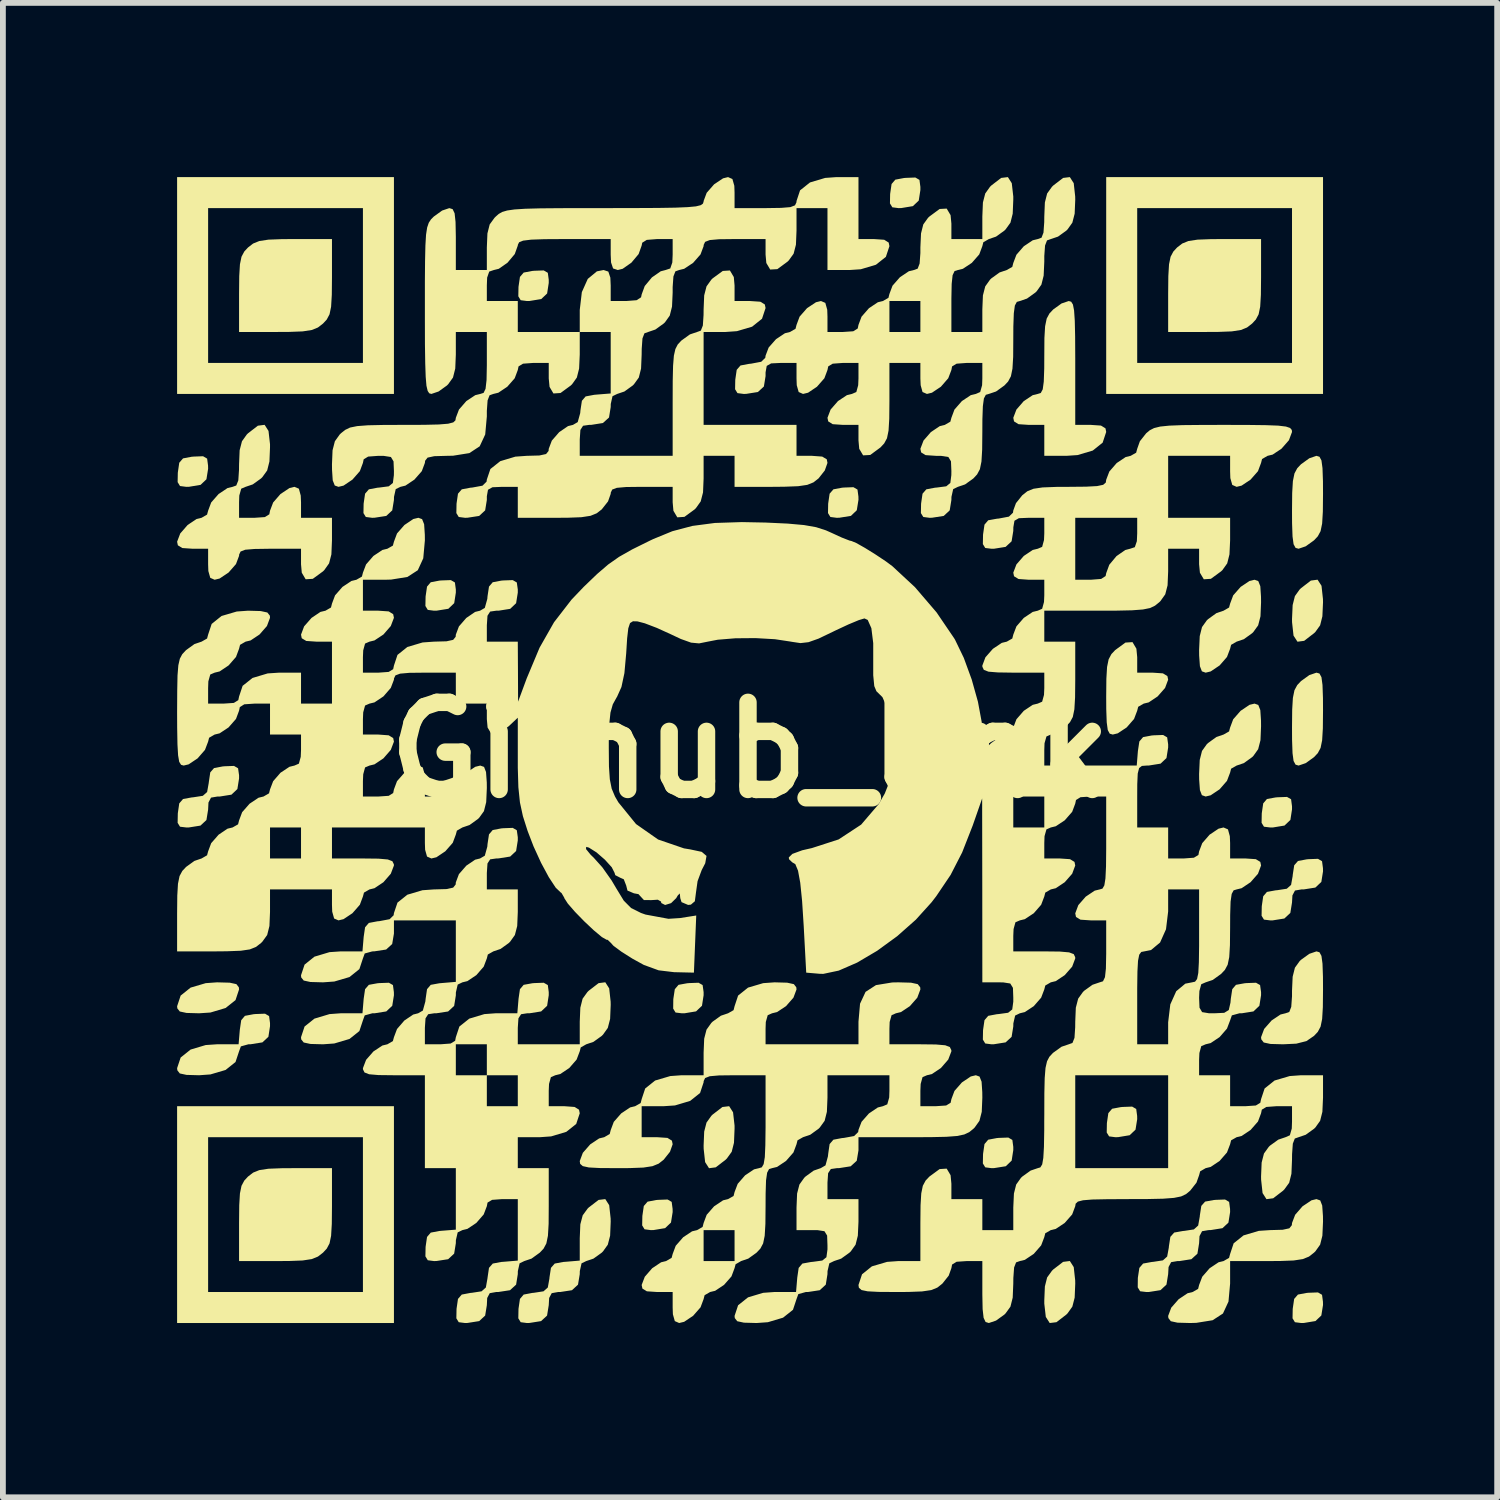
<source format=kicad_pcb>
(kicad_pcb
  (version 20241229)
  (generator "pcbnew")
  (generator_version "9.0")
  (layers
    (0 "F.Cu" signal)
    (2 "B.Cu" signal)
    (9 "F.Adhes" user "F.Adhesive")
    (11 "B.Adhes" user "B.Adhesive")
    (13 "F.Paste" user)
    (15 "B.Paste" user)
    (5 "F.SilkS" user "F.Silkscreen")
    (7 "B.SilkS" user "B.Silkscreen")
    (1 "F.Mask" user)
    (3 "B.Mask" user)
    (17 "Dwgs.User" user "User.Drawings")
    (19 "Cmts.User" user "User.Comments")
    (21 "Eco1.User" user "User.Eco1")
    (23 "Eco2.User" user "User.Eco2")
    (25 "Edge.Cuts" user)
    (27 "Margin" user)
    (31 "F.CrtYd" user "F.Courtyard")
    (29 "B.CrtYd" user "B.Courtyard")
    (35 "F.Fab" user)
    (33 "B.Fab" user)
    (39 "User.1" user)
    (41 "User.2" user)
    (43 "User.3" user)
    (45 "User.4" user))
  (footprint "Github_link"
    (layer "F.Cu")
    (at 9.867 9.867)
    (property "Reference" "Github_link" (at 0 0 0) (layer "F.SilkS") (effects (font (size 1.5 1.5) (thickness 0.3))))
    (attr board_only exclude_from_pos_files exclude_from_bom)
    (fp_poly (pts (xy -9.35 -5.019) (xy -9.334 -4.899) (xy -9.333 -4.844) (xy -9.362 -4.663) (xy -9.463 -4.567) (xy -9.662 -4.534) (xy -9.709 -4.533) (xy -9.817 -4.547) (xy -9.858 -4.614) (xy -9.855 -4.772) (xy -9.854 -4.783) (xy -9.83 -4.948) (xy -9.765 -5.023) (xy -9.617 -5.051) (xy -9.583 -5.054) (xy -9.42 -5.06)) (stroke (width 0) (type solid)) (fill yes) (layer "F.SilkS"))
    (fp_poly (pts (xy -8.961 4.006) (xy -8.846 4.031) (xy -8.804 4.085) (xy -8.8 4.122) (xy -8.861 4.306) (xy -9.032 4.442) (xy -9.293 4.52) (xy -9.488 4.533) (xy -9.705 4.527) (xy -9.821 4.502) (xy -9.863 4.449) (xy -9.867 4.412) (xy -9.806 4.228) (xy -9.635 4.091) (xy -9.374 4.014) (xy -9.179 4)) (stroke (width 0) (type solid)) (fill yes) (layer "F.SilkS"))
    (fp_poly (pts (xy -5.083 -2.886) (xy -5.067 -2.766) (xy -5.067 -2.711) (xy -5.095 -2.53) (xy -5.196 -2.433) (xy -5.396 -2.401) (xy -5.443 -2.4) (xy -5.55 -2.414) (xy -5.591 -2.481) (xy -5.588 -2.639) (xy -5.587 -2.65) (xy -5.563 -2.815) (xy -5.499 -2.89) (xy -5.351 -2.918) (xy -5.317 -2.921) (xy -5.153 -2.927)) (stroke (width 0) (type solid)) (fill yes) (layer "F.SilkS"))
    (fp_poly (pts (xy -3.483 -8.219) (xy -3.467 -8.099) (xy -3.467 -8.044) (xy -3.495 -7.863) (xy -3.596 -7.767) (xy -3.796 -7.734) (xy -3.843 -7.733) (xy -3.95 -7.747) (xy -3.991 -7.814) (xy -3.988 -7.972) (xy -3.987 -7.983) (xy -3.963 -8.148) (xy -3.899 -8.223) (xy -3.751 -8.251) (xy -3.717 -8.254) (xy -3.553 -8.26)) (stroke (width 0) (type solid)) (fill yes) (layer "F.SilkS"))
    (fp_poly (pts (xy -1.35 7.781) (xy -1.334 7.901) (xy -1.333 7.956) (xy -1.362 8.137) (xy -1.463 8.233) (xy -1.662 8.266) (xy -1.709 8.267) (xy -1.817 8.253) (xy -1.858 8.186) (xy -1.855 8.028) (xy -1.854 8.017) (xy -1.83 7.852) (xy -1.765 7.777) (xy -1.617 7.749) (xy -1.583 7.746) (xy -1.42 7.74)) (stroke (width 0) (type solid)) (fill yes) (layer "F.SilkS"))
    (fp_poly (pts (xy -0.817 4.047) (xy -0.8 4.168) (xy -0.8 4.222) (xy -0.828 4.403) (xy -0.93 4.5) (xy -1.129 4.533) (xy -1.176 4.533) (xy -1.283 4.52) (xy -1.324 4.453) (xy -1.322 4.295) (xy -1.321 4.283) (xy -1.296 4.118) (xy -1.232 4.043) (xy -1.084 4.016) (xy -1.05 4.013) (xy -0.887 4.007)) (stroke (width 0) (type solid)) (fill yes) (layer "F.SilkS"))
    (fp_poly (pts (xy 1.85 -4.486) (xy 1.866 -4.366) (xy 1.867 -4.311) (xy 1.838 -4.13) (xy 1.737 -4.033) (xy 1.538 -4.001) (xy 1.491 -4) (xy 1.383 -4.014) (xy 1.342 -4.081) (xy 1.345 -4.239) (xy 1.346 -4.25) (xy 1.37 -4.415) (xy 1.435 -4.49) (xy 1.583 -4.518) (xy 1.617 -4.521) (xy 1.78 -4.527)) (stroke (width 0) (type solid)) (fill yes) (layer "F.SilkS"))
    (fp_poly (pts (xy 2.917 -9.819) (xy 2.933 -9.699) (xy 2.933 -9.644) (xy 2.905 -9.463) (xy 2.804 -9.367) (xy 2.604 -9.334) (xy 2.557 -9.333) (xy 2.45 -9.347) (xy 2.409 -9.414) (xy 2.412 -9.572) (xy 2.413 -9.583) (xy 2.437 -9.748) (xy 2.501 -9.823) (xy 2.649 -9.851) (xy 2.683 -9.854) (xy 2.847 -9.86)) (stroke (width 0) (type solid)) (fill yes) (layer "F.SilkS"))
    (fp_poly (pts (xy 4.517 6.714) (xy 4.533 6.834) (xy 4.533 6.889) (xy 4.505 7.07) (xy 4.404 7.167) (xy 4.204 7.199) (xy 4.157 7.2) (xy 4.05 7.186) (xy 4.009 7.119) (xy 4.012 6.961) (xy 4.013 6.95) (xy 4.037 6.785) (xy 4.101 6.71) (xy 4.249 6.682) (xy 4.283 6.679) (xy 4.447 6.673)) (stroke (width 0) (type solid)) (fill yes) (layer "F.SilkS"))
    (fp_poly (pts (xy 6.65 6.181) (xy 6.666 6.301) (xy 6.667 6.356) (xy 6.638 6.537) (xy 6.537 6.633) (xy 6.338 6.666) (xy 6.291 6.667) (xy 6.183 6.653) (xy 6.142 6.586) (xy 6.145 6.428) (xy 6.146 6.417) (xy 6.17 6.252) (xy 6.235 6.177) (xy 6.383 6.149) (xy 6.417 6.146) (xy 6.58 6.14)) (stroke (width 0) (type solid)) (fill yes) (layer "F.SilkS"))
    (fp_poly (pts (xy 9.317 0.847) (xy 9.333 0.968) (xy 9.333 1.022) (xy 9.305 1.203) (xy 9.204 1.3) (xy 9.004 1.333) (xy 8.957 1.333) (xy 8.85 1.32) (xy 8.809 1.253) (xy 8.812 1.095) (xy 8.813 1.083) (xy 8.837 0.918) (xy 8.901 0.843) (xy 9.049 0.816) (xy 9.083 0.813) (xy 9.247 0.807)) (stroke (width 0) (type solid)) (fill yes) (layer "F.SilkS"))
    (fp_poly (pts (xy 9.85 9.381) (xy 9.866 9.501) (xy 9.867 9.556) (xy 9.838 9.737) (xy 9.737 9.833) (xy 9.538 9.866) (xy 9.491 9.867) (xy 9.383 9.853) (xy 9.342 9.786) (xy 9.345 9.628) (xy 9.346 9.617) (xy 9.37 9.452) (xy 9.435 9.377) (xy 9.583 9.349) (xy 9.617 9.346) (xy 9.78 9.34)) (stroke (width 0) (type solid)) (fill yes) (layer "F.SilkS"))
    (fp_poly (pts (xy -6.133 -8) (xy -6.133 -6.133) (xy -8 -6.133) (xy -9.867 -6.133) (xy -9.867 -8) (xy -9.333 -8) (xy -9.333 -6.667) (xy -8 -6.667) (xy -6.667 -6.667) (xy -6.667 -8) (xy -6.667 -9.333) (xy -8 -9.333) (xy -9.333 -9.333) (xy -9.333 -8) (xy -9.867 -8) (xy -9.867 -9.867) (xy -8 -9.867) (xy -6.133 -9.867)) (stroke (width 0) (type solid)) (fill yes) (layer "F.SilkS"))
    (fp_poly (pts (xy -6.133 8) (xy -6.133 9.867) (xy -8 9.867) (xy -9.867 9.867) (xy -9.867 8) (xy -9.333 8) (xy -9.333 9.333) (xy -8 9.333) (xy -6.667 9.333) (xy -6.667 8) (xy -6.667 6.667) (xy -8 6.667) (xy -9.333 6.667) (xy -9.333 8) (xy -9.867 8) (xy -9.867 6.133) (xy -8 6.133) (xy -6.133 6.133)) (stroke (width 0) (type solid)) (fill yes) (layer "F.SilkS"))
    (fp_poly (pts (xy -0.293 6.238) (xy -0.267 6.467) (xy -0.267 6.522) (xy -0.277 6.763) (xy -0.316 6.918) (xy -0.399 7.033) (xy -0.421 7.055) (xy -0.591 7.186) (xy -0.707 7.201) (xy -0.774 7.096) (xy -0.799 6.867) (xy -0.8 6.812) (xy -0.79 6.57) (xy -0.75 6.415) (xy -0.668 6.3) (xy -0.646 6.278) (xy -0.476 6.147) (xy -0.36 6.133)) (stroke (width 0) (type solid)) (fill yes) (layer "F.SilkS"))
    (fp_poly (pts (xy 5.574 8.904) (xy 5.599 9.133) (xy 5.6 9.188) (xy 5.59 9.43) (xy 5.55 9.585) (xy 5.468 9.7) (xy 5.446 9.722) (xy 5.276 9.853) (xy 5.16 9.867) (xy 5.093 9.762) (xy 5.067 9.533) (xy 5.067 9.478) (xy 5.077 9.237) (xy 5.116 9.082) (xy 5.199 8.967) (xy 5.221 8.945) (xy 5.391 8.814) (xy 5.507 8.799)) (stroke (width 0) (type solid)) (fill yes) (layer "F.SilkS"))
    (fp_poly (pts (xy 9.841 -2.829) (xy 9.866 -2.6) (xy 9.867 -2.545) (xy 9.856 -2.303) (xy 9.817 -2.148) (xy 9.735 -2.034) (xy 9.712 -2.012) (xy 9.542 -1.881) (xy 9.427 -1.866) (xy 9.359 -1.971) (xy 9.334 -2.2) (xy 9.333 -2.255) (xy 9.344 -2.497) (xy 9.383 -2.652) (xy 9.465 -2.766) (xy 9.488 -2.788) (xy 9.658 -2.919) (xy 9.773 -2.934)) (stroke (width 0) (type solid)) (fill yes) (layer "F.SilkS"))
    (fp_poly (pts (xy 9.867 -8) (xy 9.867 -6.133) (xy 8 -6.133) (xy 6.133 -6.133) (xy 6.133 -8) (xy 6.667 -8) (xy 6.667 -6.667) (xy 8 -6.667) (xy 9.333 -6.667) (xy 9.333 -8) (xy 9.333 -9.333) (xy 8 -9.333) (xy 6.667 -9.333) (xy 6.667 -8) (xy 6.133 -8) (xy 6.133 -9.867) (xy 8 -9.867) (xy 9.867 -9.867)) (stroke (width 0) (type solid)) (fill yes) (layer "F.SilkS"))
    (fp_poly (pts (xy -7.2 -8.145) (xy -7.203 -7.839) (xy -7.215 -7.635) (xy -7.242 -7.504) (xy -7.29 -7.414) (xy -7.354 -7.345) (xy -7.442 -7.277) (xy -7.548 -7.234) (xy -7.705 -7.21) (xy -7.943 -7.201) (xy -8.154 -7.2) (xy -8.8 -7.2) (xy -8.8 -7.855) (xy -8.797 -8.161) (xy -8.785 -8.365) (xy -8.758 -8.496) (xy -8.71 -8.586) (xy -8.646 -8.655) (xy -8.558 -8.723) (xy -8.452 -8.766) (xy -8.295 -8.79) (xy -8.057 -8.799) (xy -7.846 -8.8) (xy -7.2 -8.8)) (stroke (width 0) (type solid)) (fill yes) (layer "F.SilkS"))
    (fp_poly (pts (xy -7.2 7.855) (xy -7.203 8.161) (xy -7.215 8.365) (xy -7.242 8.496) (xy -7.29 8.586) (xy -7.354 8.655) (xy -7.442 8.723) (xy -7.548 8.766) (xy -7.705 8.79) (xy -7.943 8.799) (xy -8.154 8.8) (xy -8.8 8.8) (xy -8.8 8.145) (xy -8.797 7.839) (xy -8.785 7.635) (xy -8.758 7.504) (xy -8.71 7.414) (xy -8.646 7.345) (xy -8.558 7.277) (xy -8.452 7.234) (xy -8.295 7.21) (xy -8.057 7.201) (xy -7.846 7.2) (xy -7.2 7.2)) (stroke (width 0) (type solid)) (fill yes) (layer "F.SilkS"))
    (fp_poly (pts (xy 8.8 -8.145) (xy 8.797 -7.839) (xy 8.785 -7.635) (xy 8.758 -7.504) (xy 8.71 -7.414) (xy 8.646 -7.345) (xy 8.558 -7.277) (xy 8.452 -7.234) (xy 8.295 -7.21) (xy 8.057 -7.201) (xy 7.846 -7.2) (xy 7.2 -7.2) (xy 7.2 -7.855) (xy 7.203 -8.161) (xy 7.215 -8.365) (xy 7.242 -8.496) (xy 7.29 -8.586) (xy 7.354 -8.655) (xy 7.442 -8.723) (xy 7.548 -8.766) (xy 7.705 -8.79) (xy 7.943 -8.799) (xy 8.154 -8.8) (xy 8.8 -8.8)) (stroke (width 0) (type solid)) (fill yes) (layer "F.SilkS"))
    (fp_poly (pts (xy 9.806 -5.051) (xy 9.84 -4.988) (xy 9.858 -4.855) (xy 9.866 -4.628) (xy 9.867 -4.412) (xy 9.864 -4.105) (xy 9.852 -3.902) (xy 9.825 -3.77) (xy 9.777 -3.681) (xy 9.712 -3.612) (xy 9.569 -3.509) (xy 9.446 -3.467) (xy 9.394 -3.482) (xy 9.36 -3.545) (xy 9.342 -3.678) (xy 9.334 -3.905) (xy 9.333 -4.122) (xy 9.336 -4.428) (xy 9.348 -4.631) (xy 9.375 -4.763) (xy 9.423 -4.853) (xy 9.488 -4.922) (xy 9.631 -5.025) (xy 9.754 -5.067)) (stroke (width 0) (type solid)) (fill yes) (layer "F.SilkS"))
    (fp_poly (pts (xy 9.806 -1.318) (xy 9.84 -1.255) (xy 9.858 -1.122) (xy 9.866 -0.895) (xy 9.867 -0.678) (xy 9.864 -0.372) (xy 9.852 -0.169) (xy 9.825 -0.037) (xy 9.777 0.053) (xy 9.712 0.122) (xy 9.569 0.225) (xy 9.446 0.267) (xy 9.394 0.251) (xy 9.36 0.188) (xy 9.342 0.055) (xy 9.334 -0.172) (xy 9.333 -0.388) (xy 9.336 -0.695) (xy 9.348 -0.898) (xy 9.375 -1.03) (xy 9.423 -1.119) (xy 9.488 -1.188) (xy 9.631 -1.291) (xy 9.754 -1.333)) (stroke (width 0) (type solid)) (fill yes) (layer "F.SilkS"))
    (fp_poly (pts (xy -8.283 4.581) (xy -8.267 4.701) (xy -8.267 4.756) (xy -8.295 4.938) (xy -8.398 5.034) (xy -8.599 5.066) (xy -8.639 5.067) (xy -8.769 5.103) (xy -8.8 5.188) (xy -8.861 5.372) (xy -9.032 5.509) (xy -9.293 5.586) (xy -9.488 5.6) (xy -9.705 5.594) (xy -9.821 5.569) (xy -9.863 5.515) (xy -9.867 5.478) (xy -9.806 5.295) (xy -9.635 5.158) (xy -9.375 5.08) (xy -9.183 5.067) (xy -8.808 5.067) (xy -8.787 4.817) (xy -8.763 4.652) (xy -8.699 4.577) (xy -8.551 4.549) (xy -8.517 4.546) (xy -8.353 4.54)) (stroke (width 0) (type solid)) (fill yes) (layer "F.SilkS"))
    (fp_poly (pts (xy -6.15 4.047) (xy -6.134 4.168) (xy -6.133 4.222) (xy -6.162 4.404) (xy -6.265 4.501) (xy -6.466 4.533) (xy -6.505 4.533) (xy -6.636 4.569) (xy -6.667 4.655) (xy -6.728 4.839) (xy -6.898 4.975) (xy -7.16 5.053) (xy -7.354 5.067) (xy -7.572 5.061) (xy -7.687 5.036) (xy -7.73 4.982) (xy -7.733 4.945) (xy -7.672 4.761) (xy -7.502 4.625) (xy -7.242 4.547) (xy -7.05 4.533) (xy -6.675 4.533) (xy -6.654 4.283) (xy -6.63 4.118) (xy -6.565 4.043) (xy -6.417 4.016) (xy -6.383 4.013) (xy -6.22 4.007)) (stroke (width 0) (type solid)) (fill yes) (layer "F.SilkS"))
    (fp_poly (pts (xy 6.653 -1.746) (xy 6.667 -1.6) (xy 6.667 -1.333) (xy 6.933 -1.333) (xy 7.11 -1.321) (xy 7.187 -1.274) (xy 7.2 -1.212) (xy 7.147 -1.07) (xy 7.019 -0.924) (xy 6.865 -0.821) (xy 6.779 -0.8) (xy 6.684 -0.745) (xy 6.667 -0.678) (xy 6.613 -0.536) (xy 6.486 -0.39) (xy 6.332 -0.288) (xy 6.246 -0.267) (xy 6.194 -0.282) (xy 6.16 -0.345) (xy 6.142 -0.478) (xy 6.134 -0.705) (xy 6.133 -0.922) (xy 6.136 -1.228) (xy 6.148 -1.431) (xy 6.175 -1.563) (xy 6.223 -1.653) (xy 6.288 -1.722) (xy 6.464 -1.851) (xy 6.586 -1.859)) (stroke (width 0) (type solid)) (fill yes) (layer "F.SilkS"))
    (fp_poly (pts (xy -8.817 0.314) (xy -8.8 0.434) (xy -8.8 0.489) (xy -8.829 0.671) (xy -8.931 0.768) (xy -9.132 0.8) (xy -9.172 0.8) (xy -9.283 0.819) (xy -9.327 0.903) (xy -9.333 1.026) (xy -9.362 1.205) (xy -9.465 1.301) (xy -9.667 1.333) (xy -9.709 1.333) (xy -9.817 1.32) (xy -9.858 1.253) (xy -9.855 1.095) (xy -9.854 1.083) (xy -9.83 0.918) (xy -9.765 0.843) (xy -9.618 0.816) (xy -9.587 0.813) (xy -9.424 0.788) (xy -9.35 0.722) (xy -9.323 0.57) (xy -9.32 0.546) (xy -9.296 0.384) (xy -9.231 0.31) (xy -9.082 0.282) (xy -9.05 0.279) (xy -8.887 0.273)) (stroke (width 0) (type solid)) (fill yes) (layer "F.SilkS"))
    (fp_poly (pts (xy 9.806 3.482) (xy 9.84 3.545) (xy 9.858 3.678) (xy 9.866 3.905) (xy 9.867 4.122) (xy 9.864 4.428) (xy 9.852 4.631) (xy 9.825 4.763) (xy 9.777 4.853) (xy 9.712 4.922) (xy 9.581 5.012) (xy 9.407 5.056) (xy 9.179 5.067) (xy 8.961 5.061) (xy 8.846 5.036) (xy 8.804 4.982) (xy 8.8 4.945) (xy 8.853 4.803) (xy 8.981 4.657) (xy 9.135 4.554) (xy 9.221 4.533) (xy 9.286 4.51) (xy 9.32 4.422) (xy 9.333 4.241) (xy 9.333 4.145) (xy 9.344 3.903) (xy 9.383 3.748) (xy 9.465 3.634) (xy 9.488 3.612) (xy 9.631 3.509) (xy 9.754 3.467)) (stroke (width 0) (type solid)) (fill yes) (layer "F.SilkS"))
    (fp_poly (pts (xy 9.85 1.914) (xy 9.866 2.034) (xy 9.867 2.089) (xy 9.838 2.271) (xy 9.735 2.368) (xy 9.534 2.4) (xy 9.495 2.4) (xy 9.384 2.419) (xy 9.34 2.503) (xy 9.333 2.626) (xy 9.304 2.805) (xy 9.201 2.901) (xy 9 2.933) (xy 8.957 2.933) (xy 8.85 2.92) (xy 8.809 2.853) (xy 8.812 2.695) (xy 8.813 2.683) (xy 8.837 2.518) (xy 8.901 2.443) (xy 9.048 2.416) (xy 9.08 2.413) (xy 9.243 2.388) (xy 9.317 2.322) (xy 9.344 2.17) (xy 9.346 2.146) (xy 9.371 1.984) (xy 9.436 1.91) (xy 9.585 1.882) (xy 9.617 1.879) (xy 9.78 1.873)) (stroke (width 0) (type solid)) (fill yes) (layer "F.SilkS"))
    (fp_poly (pts (xy 8.752 -2.91) (xy 8.787 -2.822) (xy 8.799 -2.641) (xy 8.8 -2.545) (xy 8.79 -2.303) (xy 8.75 -2.148) (xy 8.668 -2.034) (xy 8.646 -2.012) (xy 8.503 -1.909) (xy 8.379 -1.867) (xy 8.284 -1.812) (xy 8.267 -1.745) (xy 8.213 -1.603) (xy 8.086 -1.457) (xy 7.932 -1.354) (xy 7.846 -1.333) (xy 7.781 -1.356) (xy 7.747 -1.444) (xy 7.734 -1.626) (xy 7.733 -1.722) (xy 7.744 -1.963) (xy 7.783 -2.118) (xy 7.865 -2.233) (xy 7.888 -2.255) (xy 8.031 -2.358) (xy 8.154 -2.4) (xy 8.249 -2.455) (xy 8.267 -2.522) (xy 8.32 -2.664) (xy 8.448 -2.81) (xy 8.601 -2.912) (xy 8.688 -2.933)) (stroke (width 0) (type solid)) (fill yes) (layer "F.SilkS"))
    (fp_poly (pts (xy 8.752 -0.777) (xy 8.787 -0.689) (xy 8.799 -0.508) (xy 8.8 -0.412) (xy 8.79 -0.17) (xy 8.75 -0.015) (xy 8.668 0.1) (xy 8.646 0.122) (xy 8.503 0.225) (xy 8.379 0.267) (xy 8.284 0.321) (xy 8.267 0.388) (xy 8.213 0.53) (xy 8.086 0.676) (xy 7.932 0.779) (xy 7.846 0.8) (xy 7.781 0.777) (xy 7.747 0.689) (xy 7.734 0.508) (xy 7.733 0.412) (xy 7.744 0.17) (xy 7.783 0.015) (xy 7.865 -0.1) (xy 7.888 -0.122) (xy 8.031 -0.225) (xy 8.154 -0.267) (xy 8.249 -0.321) (xy 8.267 -0.388) (xy 8.32 -0.53) (xy 8.448 -0.676) (xy 8.601 -0.779) (xy 8.688 -0.8)) (stroke (width 0) (type solid)) (fill yes) (layer "F.SilkS"))
    (fp_poly (pts (xy 5.53 -7.721) (xy 5.56 -7.673) (xy 5.58 -7.57) (xy 5.592 -7.393) (xy 5.598 -7.124) (xy 5.6 -6.743) (xy 5.6 -6.667) (xy 5.6 -5.6) (xy 5.867 -5.6) (xy 6.043 -5.588) (xy 6.121 -5.54) (xy 6.133 -5.478) (xy 6.072 -5.294) (xy 5.902 -5.158) (xy 5.64 -5.08) (xy 5.446 -5.067) (xy 5.067 -5.067) (xy 5.067 -5.333) (xy 5.067 -5.6) (xy 4.8 -5.6) (xy 4.623 -5.612) (xy 4.546 -5.66) (xy 4.533 -5.722) (xy 4.587 -5.864) (xy 4.714 -6.01) (xy 4.868 -6.112) (xy 4.954 -6.133) (xy 5.006 -6.149) (xy 5.04 -6.212) (xy 5.058 -6.345) (xy 5.066 -6.572) (xy 5.067 -6.788) (xy 5.069 -7.095) (xy 5.081 -7.298) (xy 5.108 -7.43) (xy 5.156 -7.519) (xy 5.221 -7.588) (xy 5.364 -7.691) (xy 5.488 -7.733)) (stroke (width 0) (type solid)) (fill yes) (layer "F.SilkS"))
    (fp_poly (pts (xy 8.25 7.781) (xy 8.266 7.901) (xy 8.267 7.956) (xy 8.238 8.138) (xy 8.135 8.234) (xy 7.934 8.266) (xy 7.895 8.267) (xy 7.784 8.286) (xy 7.74 8.37) (xy 7.733 8.493) (xy 7.704 8.673) (xy 7.6 8.768) (xy 7.396 8.8) (xy 7.361 8.8) (xy 7.251 8.819) (xy 7.207 8.903) (xy 7.2 9.026) (xy 7.171 9.205) (xy 7.068 9.301) (xy 6.866 9.333) (xy 6.824 9.333) (xy 6.717 9.32) (xy 6.676 9.253) (xy 6.678 9.095) (xy 6.679 9.083) (xy 6.704 8.918) (xy 6.768 8.843) (xy 6.915 8.816) (xy 6.946 8.813) (xy 7.11 8.788) (xy 7.183 8.722) (xy 7.211 8.57) (xy 7.213 8.546) (xy 7.238 8.383) (xy 7.304 8.309) (xy 7.455 8.282) (xy 7.48 8.28) (xy 7.643 8.255) (xy 7.717 8.188) (xy 7.744 8.037) (xy 7.746 8.013) (xy 7.771 7.85) (xy 7.836 7.776) (xy 7.985 7.749) (xy 8.017 7.746) (xy 8.18 7.74)) (stroke (width 0) (type solid)) (fill yes) (layer "F.SilkS"))
    (fp_poly (pts (xy -2.426 7.838) (xy -2.401 8.067) (xy -2.4 8.122) (xy -2.41 8.363) (xy -2.45 8.518) (xy -2.532 8.633) (xy -2.554 8.655) (xy -2.697 8.758) (xy -2.821 8.8) (xy -2.902 8.839) (xy -2.932 8.973) (xy -2.933 9.026) (xy -2.963 9.206) (xy -3.067 9.302) (xy -3.27 9.333) (xy -3.305 9.333) (xy -3.416 9.353) (xy -3.46 9.436) (xy -3.467 9.56) (xy -3.496 9.739) (xy -3.599 9.834) (xy -3.8 9.866) (xy -3.843 9.867) (xy -3.95 9.853) (xy -3.991 9.786) (xy -3.988 9.628) (xy -3.987 9.617) (xy -3.963 9.452) (xy -3.899 9.377) (xy -3.752 9.349) (xy -3.72 9.346) (xy -3.557 9.321) (xy -3.483 9.255) (xy -3.456 9.104) (xy -3.454 9.08) (xy -3.429 8.917) (xy -3.364 8.843) (xy -3.215 8.815) (xy -3.183 8.813) (xy -2.933 8.792) (xy -2.933 8.408) (xy -2.923 8.167) (xy -2.882 8.012) (xy -2.798 7.897) (xy -2.779 7.878) (xy -2.609 7.747) (xy -2.493 7.733)) (stroke (width 0) (type solid)) (fill yes) (layer "F.SilkS"))
    (fp_poly (pts (xy 9.819 7.756) (xy 9.853 7.844) (xy 9.866 8.026) (xy 9.867 8.122) (xy 9.856 8.363) (xy 9.817 8.518) (xy 9.735 8.633) (xy 9.712 8.655) (xy 9.625 8.723) (xy 9.519 8.766) (xy 9.362 8.79) (xy 9.124 8.799) (xy 8.912 8.8) (xy 8.267 8.8) (xy 8.267 9.188) (xy 8.239 9.498) (xy 8.144 9.703) (xy 7.966 9.819) (xy 7.685 9.864) (xy 7.579 9.867) (xy 7.361 9.861) (xy 7.246 9.836) (xy 7.204 9.782) (xy 7.2 9.745) (xy 7.253 9.603) (xy 7.381 9.457) (xy 7.535 9.354) (xy 7.621 9.333) (xy 7.716 9.279) (xy 7.733 9.212) (xy 7.787 9.07) (xy 7.914 8.924) (xy 8.068 8.821) (xy 8.154 8.8) (xy 8.249 8.745) (xy 8.267 8.678) (xy 8.328 8.494) (xy 8.498 8.358) (xy 8.76 8.28) (xy 8.954 8.267) (xy 9.172 8.261) (xy 9.287 8.236) (xy 9.33 8.182) (xy 9.333 8.145) (xy 9.387 8.003) (xy 9.514 7.857) (xy 9.668 7.754) (xy 9.754 7.733)) (stroke (width 0) (type solid)) (fill yes) (layer "F.SilkS"))
    (fp_poly (pts (xy -8.293 -5.496) (xy -8.267 -5.267) (xy -8.267 -5.212) (xy -8.277 -4.97) (xy -8.316 -4.815) (xy -8.399 -4.7) (xy -8.421 -4.678) (xy -8.564 -4.575) (xy -8.688 -4.533) (xy -8.763 -4.501) (xy -8.796 -4.383) (xy -8.8 -4.267) (xy -8.8 -4) (xy -8.533 -4) (xy -8.357 -4.012) (xy -8.279 -4.06) (xy -8.267 -4.122) (xy -8.213 -4.264) (xy -8.086 -4.41) (xy -7.932 -4.512) (xy -7.846 -4.533) (xy -7.77 -4.501) (xy -7.738 -4.383) (xy -7.733 -4.267) (xy -7.733 -4) (xy -7.467 -4) (xy -7.2 -4) (xy -7.2 -3.612) (xy -7.21 -3.37) (xy -7.25 -3.215) (xy -7.332 -3.1) (xy -7.354 -3.078) (xy -7.53 -2.949) (xy -7.653 -2.941) (xy -7.72 -3.054) (xy -7.733 -3.2) (xy -7.733 -3.467) (xy -8.267 -3.467) (xy -8.534 -3.463) (xy -8.694 -3.45) (xy -8.774 -3.419) (xy -8.799 -3.366) (xy -8.8 -3.345) (xy -8.853 -3.203) (xy -8.981 -3.057) (xy -9.135 -2.954) (xy -9.221 -2.933) (xy -9.296 -2.966) (xy -9.329 -3.083) (xy -9.333 -3.2) (xy -9.333 -3.467) (xy -9.6 -3.467) (xy -9.777 -3.479) (xy -9.854 -3.526) (xy -9.867 -3.588) (xy -9.813 -3.73) (xy -9.686 -3.876) (xy -9.532 -3.979) (xy -9.446 -4) (xy -9.351 -4.055) (xy -9.333 -4.122) (xy -9.28 -4.264) (xy -9.152 -4.41) (xy -8.999 -4.512) (xy -8.912 -4.533) (xy -8.848 -4.556) (xy -8.813 -4.644) (xy -8.801 -4.826) (xy -8.8 -4.922) (xy -8.79 -5.163) (xy -8.75 -5.318) (xy -8.668 -5.433) (xy -8.646 -5.455) (xy -8.476 -5.586) (xy -8.36 -5.601)) (stroke (width 0) (type solid)) (fill yes) (layer "F.SilkS"))
    (fp_poly (pts (xy 5.574 -9.762) (xy 5.599 -9.533) (xy 5.6 -9.478) (xy 5.59 -9.237) (xy 5.55 -9.082) (xy 5.468 -8.967) (xy 5.446 -8.945) (xy 5.303 -8.842) (xy 5.179 -8.8) (xy 5.114 -8.777) (xy 5.08 -8.689) (xy 5.067 -8.508) (xy 5.067 -8.412) (xy 5.056 -8.17) (xy 5.017 -8.015) (xy 4.935 -7.9) (xy 4.912 -7.878) (xy 4.769 -7.775) (xy 4.646 -7.733) (xy 4.594 -7.718) (xy 4.56 -7.655) (xy 4.542 -7.522) (xy 4.534 -7.295) (xy 4.533 -7.078) (xy 4.531 -6.772) (xy 4.519 -6.569) (xy 4.492 -6.437) (xy 4.444 -6.347) (xy 4.379 -6.278) (xy 4.236 -6.175) (xy 4.112 -6.133) (xy 4.06 -6.118) (xy 4.027 -6.055) (xy 4.009 -5.922) (xy 4.001 -5.695) (xy 4 -5.478) (xy 3.997 -5.172) (xy 3.985 -4.969) (xy 3.958 -4.837) (xy 3.91 -4.747) (xy 3.846 -4.678) (xy 3.703 -4.575) (xy 3.579 -4.533) (xy 3.498 -4.494) (xy 3.468 -4.36) (xy 3.467 -4.307) (xy 3.438 -4.128) (xy 3.335 -4.032) (xy 3.133 -4.001) (xy 3.091 -4) (xy 2.983 -4.014) (xy 2.942 -4.081) (xy 2.945 -4.239) (xy 2.946 -4.25) (xy 2.97 -4.415) (xy 3.035 -4.49) (xy 3.183 -4.518) (xy 3.217 -4.521) (xy 3.378 -4.542) (xy 3.449 -4.6) (xy 3.466 -4.734) (xy 3.467 -4.804) (xy 3.46 -4.972) (xy 3.415 -5.047) (xy 3.292 -5.066) (xy 3.2 -5.067) (xy 3.023 -5.079) (xy 2.946 -5.126) (xy 2.933 -5.188) (xy 2.987 -5.33) (xy 3.114 -5.476) (xy 3.268 -5.579) (xy 3.354 -5.6) (xy 3.449 -5.655) (xy 3.467 -5.722) (xy 3.52 -5.864) (xy 3.648 -6.01) (xy 3.801 -6.112) (xy 3.888 -6.133) (xy 3.963 -6.166) (xy 3.996 -6.283) (xy 4 -6.4) (xy 4 -6.667) (xy 3.733 -6.667) (xy 3.557 -6.654) (xy 3.479 -6.607) (xy 3.467 -6.545) (xy 3.413 -6.403) (xy 3.286 -6.257) (xy 3.132 -6.154) (xy 3.046 -6.133) (xy 2.97 -6.166) (xy 2.938 -6.283) (xy 2.933 -6.4) (xy 2.933 -6.667) (xy 2.667 -6.667) (xy 2.4 -6.667) (xy 2.4 -6.012) (xy 2.397 -5.705) (xy 2.385 -5.502) (xy 2.358 -5.37) (xy 2.31 -5.281) (xy 2.246 -5.212) (xy 2.07 -5.082) (xy 1.947 -5.075) (xy 1.88 -5.188) (xy 1.867 -5.333) (xy 1.867 -5.6) (xy 1.6 -5.6) (xy 1.423 -5.612) (xy 1.346 -5.66) (xy 1.333 -5.722) (xy 1.387 -5.864) (xy 1.514 -6.01) (xy 1.668 -6.112) (xy 1.754 -6.133) (xy 1.83 -6.166) (xy 1.862 -6.283) (xy 1.867 -6.4) (xy 1.867 -6.667) (xy 1.6 -6.667) (xy 1.423 -6.654) (xy 1.346 -6.607) (xy 1.333 -6.545) (xy 1.28 -6.403) (xy 1.152 -6.257) (xy 0.999 -6.154) (xy 0.912 -6.133) (xy 0.837 -6.166) (xy 0.804 -6.283) (xy 0.8 -6.4) (xy 0.8 -6.667) (xy 0.533 -6.667) (xy 0.363 -6.659) (xy 0.287 -6.616) (xy 0.267 -6.504) (xy 0.267 -6.44) (xy 0.238 -6.261) (xy 0.135 -6.166) (xy -0.067 -6.134) (xy -0.109 -6.133) (xy -0.217 -6.147) (xy -0.258 -6.214) (xy -0.255 -6.372) (xy -0.254 -6.383) (xy -0.23 -6.548) (xy -0.165 -6.623) (xy -0.017 -6.651) (xy 0.017 -6.654) (xy 0.192 -6.687) (xy 0.262 -6.755) (xy 0.267 -6.792) (xy 0.32 -6.932) (xy 0.447 -7.076) (xy 0.6 -7.178) (xy 0.688 -7.2) (xy 0.783 -7.255) (xy 0.8 -7.322) (xy 0.853 -7.464) (xy 0.981 -7.61) (xy 1.135 -7.712) (xy 1.221 -7.733) (xy 1.296 -7.701) (xy 1.329 -7.583) (xy 1.333 -7.467) (xy 1.333 -7.2) (xy 1.6 -7.2) (xy 1.777 -7.212) (xy 1.854 -7.26) (xy 1.867 -7.322) (xy 1.92 -7.464) (xy 1.923 -7.467) (xy 2.4 -7.467) (xy 2.4 -7.2) (xy 2.667 -7.2) (xy 2.933 -7.2) (xy 2.933 -7.467) (xy 2.933 -7.733) (xy 2.667 -7.733) (xy 2.4 -7.733) (xy 2.4 -7.467) (xy 1.923 -7.467) (xy 2.048 -7.61) (xy 2.201 -7.712) (xy 2.288 -7.733) (xy 2.383 -7.788) (xy 2.4 -7.855) (xy 2.453 -7.997) (xy 2.581 -8.143) (xy 2.735 -8.246) (xy 2.821 -8.267) (xy 2.886 -8.29) (xy 2.92 -8.378) (xy 2.933 -8.559) (xy 2.933 -8.655) (xy 2.944 -8.897) (xy 2.983 -9.052) (xy 3.065 -9.166) (xy 3.088 -9.188) (xy 3.264 -9.318) (xy 3.386 -9.325) (xy 3.453 -9.212) (xy 3.467 -9.067) (xy 3.467 -8.8) (xy 3.733 -8.8) (xy 4 -8.8) (xy 4 -9.188) (xy 4.01 -9.43) (xy 4.05 -9.585) (xy 4.132 -9.7) (xy 4.154 -9.722) (xy 4.324 -9.853) (xy 4.44 -9.867) (xy 4.507 -9.762) (xy 4.533 -9.533) (xy 4.533 -9.478) (xy 4.523 -9.237) (xy 4.484 -9.082) (xy 4.401 -8.967) (xy 4.379 -8.945) (xy 4.236 -8.842) (xy 4.112 -8.8) (xy 4.017 -8.745) (xy 4 -8.678) (xy 3.947 -8.536) (xy 3.819 -8.39) (xy 3.665 -8.288) (xy 3.579 -8.267) (xy 3.522 -8.249) (xy 3.488 -8.178) (xy 3.472 -8.028) (xy 3.467 -7.774) (xy 3.467 -7.733) (xy 3.467 -7.2) (xy 3.733 -7.2) (xy 4 -7.2) (xy 4 -7.588) (xy 4.01 -7.83) (xy 4.05 -7.985) (xy 4.132 -8.1) (xy 4.154 -8.122) (xy 4.297 -8.225) (xy 4.421 -8.267) (xy 4.516 -8.321) (xy 4.533 -8.388) (xy 4.587 -8.53) (xy 4.714 -8.676) (xy 4.868 -8.779) (xy 4.954 -8.8) (xy 5.019 -8.823) (xy 5.053 -8.911) (xy 5.066 -9.092) (xy 5.067 -9.188) (xy 5.077 -9.43) (xy 5.116 -9.585) (xy 5.199 -9.7) (xy 5.221 -9.722) (xy 5.391 -9.853) (xy 5.507 -9.867)) (stroke (width 0) (type solid)) (fill yes) (layer "F.SilkS"))
    (fp_poly (pts (xy -4.017 1.381) (xy -4 1.501) (xy -4 1.556) (xy -4.029 1.738) (xy -4.131 1.834) (xy -4.332 1.866) (xy -4.372 1.867) (xy -4.476 1.882) (xy -4.522 1.953) (xy -4.533 2.118) (xy -4.533 2.133) (xy -4.533 2.4) (xy -4.267 2.4) (xy -4 2.4) (xy -4 2.788) (xy -4.01 3.03) (xy -4.05 3.185) (xy -4.132 3.3) (xy -4.154 3.322) (xy -4.297 3.425) (xy -4.421 3.467) (xy -4.516 3.521) (xy -4.533 3.588) (xy -4.587 3.73) (xy -4.714 3.876) (xy -4.868 3.979) (xy -4.954 4) (xy -5.035 4.039) (xy -5.066 4.173) (xy -5.067 4.226) (xy -5.096 4.406) (xy -5.2 4.502) (xy -5.404 4.533) (xy -5.439 4.533) (xy -5.543 4.549) (xy -5.589 4.62) (xy -5.6 4.784) (xy -5.6 4.8) (xy -5.6 5.067) (xy -5.333 5.067) (xy -5.157 5.054) (xy -5.079 5.007) (xy -5.067 4.945) (xy -5.006 4.761) (xy -4.835 4.625) (xy -4.575 4.547) (xy -4.383 4.533) (xy -4.008 4.533) (xy -3.987 4.283) (xy -3.963 4.118) (xy -3.899 4.043) (xy -3.751 4.016) (xy -3.717 4.013) (xy -3.553 4.007) (xy -3.483 4.047) (xy -3.467 4.168) (xy -3.467 4.222) (xy -3.495 4.404) (xy -3.598 4.501) (xy -3.799 4.533) (xy -3.839 4.533) (xy -3.943 4.549) (xy -3.989 4.62) (xy -4 4.784) (xy -4 4.8) (xy -4 5.067) (xy -3.467 5.067) (xy -2.933 5.067) (xy -2.933 4.678) (xy -2.923 4.437) (xy -2.884 4.282) (xy -2.801 4.167) (xy -2.779 4.145) (xy -2.609 4.014) (xy -2.493 3.999) (xy -2.426 4.104) (xy -2.401 4.333) (xy -2.4 4.388) (xy -2.41 4.63) (xy -2.45 4.785) (xy -2.532 4.9) (xy -2.554 4.922) (xy -2.697 5.025) (xy -2.821 5.067) (xy -2.916 5.121) (xy -2.933 5.188) (xy -2.987 5.33) (xy -3.114 5.476) (xy -3.268 5.579) (xy -3.354 5.6) (xy -3.43 5.633) (xy -3.462 5.75) (xy -3.467 5.867) (xy -3.467 6.133) (xy -3.2 6.133) (xy -3.023 6.146) (xy -2.946 6.193) (xy -2.933 6.255) (xy -2.994 6.439) (xy -3.165 6.575) (xy -3.426 6.653) (xy -3.621 6.667) (xy -4 6.667) (xy -4 6.933) (xy -4 7.2) (xy -3.733 7.2) (xy -3.467 7.2) (xy -3.467 7.855) (xy -3.469 8.161) (xy -3.481 8.365) (xy -3.508 8.496) (xy -3.556 8.586) (xy -3.621 8.655) (xy -3.764 8.758) (xy -3.888 8.8) (xy -3.969 8.839) (xy -3.999 8.973) (xy -4 9.026) (xy -4.029 9.206) (xy -4.134 9.302) (xy -4.337 9.333) (xy -4.372 9.333) (xy -4.483 9.353) (xy -4.527 9.436) (xy -4.533 9.56) (xy -4.562 9.739) (xy -4.665 9.834) (xy -4.867 9.866) (xy -4.909 9.867) (xy -5.017 9.853) (xy -5.058 9.786) (xy -5.055 9.628) (xy -5.054 9.617) (xy -5.03 9.452) (xy -4.965 9.377) (xy -4.818 9.349) (xy -4.787 9.346) (xy -4.624 9.321) (xy -4.55 9.255) (xy -4.523 9.104) (xy -4.52 9.08) (xy -4.496 8.917) (xy -4.431 8.843) (xy -4.282 8.815) (xy -4.25 8.813) (xy -4 8.792) (xy -4 8.263) (xy -4 7.733) (xy -4.267 7.733) (xy -4.443 7.746) (xy -4.521 7.793) (xy -4.533 7.855) (xy -4.587 7.997) (xy -4.714 8.143) (xy -4.868 8.246) (xy -4.954 8.267) (xy -5.035 8.306) (xy -5.066 8.44) (xy -5.067 8.493) (xy -5.096 8.672) (xy -5.199 8.768) (xy -5.4 8.799) (xy -5.443 8.8) (xy -5.55 8.786) (xy -5.591 8.719) (xy -5.588 8.561) (xy -5.587 8.55) (xy -5.563 8.385) (xy -5.499 8.31) (xy -5.351 8.282) (xy -5.317 8.279) (xy -5.067 8.259) (xy -5.067 7.729) (xy -5.067 7.2) (xy -5.333 7.2) (xy -5.6 7.2) (xy -5.6 6.4) (xy -5.6 5.867) (xy -4.533 5.867) (xy -4.533 6.133) (xy -4.267 6.133) (xy -4 6.133) (xy -4 5.867) (xy -4 5.6) (xy -4.267 5.6) (xy -4.533 5.6) (xy -4.533 5.867) (xy -5.6 5.867) (xy -5.6 5.6) (xy -6.133 5.6) (xy -6.4 5.597) (xy -6.561 5.583) (xy -6.64 5.552) (xy -6.666 5.499) (xy -6.667 5.478) (xy -6.613 5.336) (xy -6.611 5.333) (xy -5.067 5.333) (xy -5.067 5.6) (xy -4.8 5.6) (xy -4.533 5.6) (xy -4.533 5.333) (xy -4.533 5.067) (xy -4.8 5.067) (xy -5.067 5.067) (xy -5.067 5.333) (xy -6.611 5.333) (xy -6.486 5.19) (xy -6.332 5.088) (xy -6.246 5.067) (xy -6.151 5.012) (xy -6.133 4.945) (xy -6.08 4.804) (xy -5.954 4.658) (xy -5.802 4.555) (xy -5.716 4.533) (xy -5.635 4.486) (xy -5.592 4.33) (xy -5.587 4.283) (xy -5.563 4.118) (xy -5.499 4.043) (xy -5.351 4.016) (xy -5.317 4.013) (xy -5.067 3.992) (xy -5.067 3.463) (xy -5.067 2.933) (xy -5.6 2.933) (xy -6.133 2.933) (xy -6.133 3.16) (xy -6.163 3.34) (xy -6.267 3.435) (xy -6.47 3.466) (xy -6.505 3.467) (xy -6.636 3.503) (xy -6.667 3.588) (xy -6.728 3.772) (xy -6.898 3.909) (xy -7.16 3.986) (xy -7.354 4) (xy -7.572 3.994) (xy -7.687 3.969) (xy -7.73 3.915) (xy -7.733 3.878) (xy -7.672 3.695) (xy -7.502 3.558) (xy -7.242 3.48) (xy -7.05 3.467) (xy -6.675 3.467) (xy -6.654 3.217) (xy -6.63 3.052) (xy -6.565 2.977) (xy -6.417 2.949) (xy -6.383 2.946) (xy -6.208 2.913) (xy -6.138 2.845) (xy -6.133 2.808) (xy -6.072 2.627) (xy -5.902 2.491) (xy -5.642 2.414) (xy -5.446 2.4) (xy -5.228 2.394) (xy -5.113 2.369) (xy -5.07 2.315) (xy -5.067 2.278) (xy -5.014 2.137) (xy -4.887 1.991) (xy -4.735 1.888) (xy -4.65 1.867) (xy -4.568 1.819) (xy -4.525 1.664) (xy -4.521 1.617) (xy -4.496 1.452) (xy -4.432 1.377) (xy -4.284 1.349) (xy -4.25 1.346) (xy -4.087 1.34)) (stroke (width 0) (type solid)) (fill yes) (layer "F.SilkS"))
    (fp_poly (pts (xy 2.772 4.006) (xy 2.887 4.031) (xy 2.93 4.085) (xy 2.933 4.122) (xy 2.88 4.264) (xy 2.752 4.41) (xy 2.599 4.512) (xy 2.512 4.533) (xy 2.437 4.566) (xy 2.404 4.683) (xy 2.4 4.8) (xy 2.4 5.067) (xy 2.933 5.067) (xy 3.2 5.07) (xy 3.361 5.084) (xy 3.44 5.114) (xy 3.466 5.167) (xy 3.467 5.188) (xy 3.413 5.33) (xy 3.286 5.476) (xy 3.132 5.579) (xy 3.046 5.6) (xy 2.97 5.633) (xy 2.938 5.75) (xy 2.933 5.867) (xy 2.933 6.133) (xy 3.2 6.133) (xy 3.377 6.121) (xy 3.454 6.074) (xy 3.467 6.012) (xy 3.52 5.87) (xy 3.648 5.724) (xy 3.801 5.621) (xy 3.888 5.6) (xy 3.952 5.623) (xy 3.987 5.711) (xy 3.999 5.892) (xy 4 5.988) (xy 3.99 6.23) (xy 3.95 6.385) (xy 3.868 6.5) (xy 3.846 6.522) (xy 3.774 6.58) (xy 3.689 6.62) (xy 3.566 6.646) (xy 3.381 6.66) (xy 3.108 6.666) (xy 2.779 6.667) (xy 1.867 6.667) (xy 1.867 6.893) (xy 1.837 7.073) (xy 1.733 7.168) (xy 1.53 7.2) (xy 1.495 7.2) (xy 1.391 7.215) (xy 1.344 7.287) (xy 1.333 7.451) (xy 1.333 7.467) (xy 1.333 7.733) (xy 1.6 7.733) (xy 1.867 7.733) (xy 1.867 8.122) (xy 1.856 8.363) (xy 1.817 8.518) (xy 1.735 8.633) (xy 1.712 8.655) (xy 1.569 8.758) (xy 1.446 8.8) (xy 1.365 8.839) (xy 1.334 8.973) (xy 1.333 9.026) (xy 1.304 9.206) (xy 1.2 9.302) (xy 0.996 9.333) (xy 0.961 9.333) (xy 0.831 9.369) (xy 0.8 9.455) (xy 0.739 9.639) (xy 0.568 9.775) (xy 0.307 9.853) (xy 0.112 9.867) (xy -0.105 9.861) (xy -0.221 9.836) (xy -0.263 9.782) (xy -0.267 9.745) (xy -0.206 9.561) (xy -0.035 9.425) (xy 0.225 9.347) (xy 0.417 9.333) (xy 0.792 9.333) (xy 0.813 9.083) (xy 0.837 8.918) (xy 0.901 8.843) (xy 1.049 8.816) (xy 1.083 8.813) (xy 1.244 8.791) (xy 1.315 8.734) (xy 1.333 8.6) (xy 1.333 8.529) (xy 1.327 8.361) (xy 1.281 8.286) (xy 1.159 8.267) (xy 1.067 8.267) (xy 0.8 8.267) (xy 0.8 7.878) (xy 0.81 7.637) (xy 0.85 7.482) (xy 0.932 7.367) (xy 0.954 7.345) (xy 1.096 7.242) (xy 1.217 7.2) (xy 1.299 7.152) (xy 1.341 6.997) (xy 1.346 6.95) (xy 1.37 6.785) (xy 1.435 6.71) (xy 1.583 6.682) (xy 1.617 6.679) (xy 1.792 6.647) (xy 1.862 6.578) (xy 1.867 6.541) (xy 1.92 6.402) (xy 2.047 6.258) (xy 2.2 6.155) (xy 2.288 6.133) (xy 2.363 6.101) (xy 2.396 5.983) (xy 2.4 5.867) (xy 2.4 5.6) (xy 1.867 5.6) (xy 1.333 5.6) (xy 1.333 5.988) (xy 1.323 6.23) (xy 1.284 6.385) (xy 1.201 6.5) (xy 1.179 6.522) (xy 1.036 6.625) (xy 0.912 6.667) (xy 0.817 6.721) (xy 0.8 6.788) (xy 0.747 6.93) (xy 0.619 7.076) (xy 0.465 7.179) (xy 0.379 7.2) (xy 0.327 7.216) (xy 0.294 7.278) (xy 0.275 7.411) (xy 0.268 7.638) (xy 0.267 7.855) (xy 0.264 8.161) (xy 0.252 8.365) (xy 0.225 8.496) (xy 0.177 8.586) (xy 0.112 8.655) (xy -0.031 8.758) (xy -0.154 8.8) (xy -0.249 8.855) (xy -0.267 8.922) (xy -0.32 9.064) (xy -0.448 9.21) (xy -0.601 9.312) (xy -0.688 9.333) (xy -0.783 9.388) (xy -0.8 9.455) (xy -0.853 9.597) (xy -0.981 9.743) (xy -1.135 9.846) (xy -1.221 9.867) (xy -1.296 9.834) (xy -1.329 9.717) (xy -1.333 9.6) (xy -1.333 9.333) (xy -1.6 9.333) (xy -1.777 9.321) (xy -1.854 9.274) (xy -1.867 9.212) (xy -1.813 9.07) (xy -1.686 8.924) (xy -1.532 8.821) (xy -1.446 8.8) (xy -1.351 8.745) (xy -1.333 8.678) (xy -1.28 8.536) (xy -1.277 8.533) (xy -0.8 8.533) (xy -0.8 8.8) (xy -0.533 8.8) (xy -0.267 8.8) (xy -0.267 8.533) (xy -0.267 8.267) (xy -0.533 8.267) (xy -0.8 8.267) (xy -0.8 8.533) (xy -1.277 8.533) (xy -1.152 8.39) (xy -0.999 8.288) (xy -0.912 8.267) (xy -0.817 8.212) (xy -0.8 8.145) (xy -0.747 8.003) (xy -0.619 7.857) (xy -0.465 7.754) (xy -0.379 7.733) (xy -0.284 7.679) (xy -0.267 7.612) (xy -0.213 7.47) (xy -0.086 7.324) (xy 0.068 7.221) (xy 0.154 7.2) (xy 0.202 7.186) (xy 0.234 7.13) (xy 0.254 7.011) (xy 0.263 6.806) (xy 0.267 6.496) (xy 0.267 6.4) (xy 0.267 5.6) (xy -0.267 5.6) (xy -0.534 5.603) (xy -0.694 5.617) (xy -0.774 5.648) (xy -0.799 5.701) (xy -0.8 5.722) (xy -0.861 5.906) (xy -1.032 6.042) (xy -1.293 6.12) (xy -1.488 6.133) (xy -1.867 6.133) (xy -1.867 6.4) (xy -1.867 6.667) (xy -1.6 6.667) (xy -1.423 6.679) (xy -1.346 6.726) (xy -1.333 6.788) (xy -1.379 6.918) (xy -1.488 7.055) (xy -1.575 7.123) (xy -1.681 7.166) (xy -1.838 7.19) (xy -2.076 7.199) (xy -2.288 7.2) (xy -2.587 7.198) (xy -2.776 7.188) (xy -2.881 7.165) (xy -2.926 7.126) (xy -2.933 7.078) (xy -2.88 6.936) (xy -2.752 6.79) (xy -2.599 6.688) (xy -2.512 6.667) (xy -2.417 6.612) (xy -2.4 6.545) (xy -2.347 6.403) (xy -2.219 6.257) (xy -2.065 6.154) (xy -1.979 6.133) (xy -1.884 6.079) (xy -1.867 6.012) (xy -1.806 5.828) (xy -1.635 5.691) (xy -1.374 5.614) (xy -1.179 5.6) (xy -0.8 5.6) (xy -0.8 5.212) (xy -0.79 4.97) (xy -0.75 4.815) (xy -0.668 4.7) (xy -0.646 4.678) (xy -0.503 4.575) (xy -0.379 4.533) (xy -0.284 4.479) (xy -0.267 4.412) (xy -0.206 4.228) (xy -0.035 4.091) (xy 0.226 4.014) (xy 0.421 4) (xy 0.639 4.006) (xy 0.754 4.031) (xy 0.796 4.085) (xy 0.8 4.122) (xy 0.747 4.264) (xy 0.619 4.41) (xy 0.465 4.512) (xy 0.379 4.533) (xy 0.304 4.566) (xy 0.271 4.683) (xy 0.267 4.8) (xy 0.267 5.067) (xy 1.067 5.067) (xy 1.867 5.067) (xy 1.867 4.678) (xy 1.894 4.368) (xy 1.989 4.164) (xy 2.168 4.048) (xy 2.448 4.002) (xy 2.554 4)) (stroke (width 0) (type solid)) (fill yes) (layer "F.SilkS"))
    (fp_poly (pts (xy 1.867 -9.333) (xy 1.867 -8.8) (xy 2.133 -8.8) (xy 2.31 -8.788) (xy 2.387 -8.74) (xy 2.4 -8.678) (xy 2.339 -8.494) (xy 2.168 -8.358) (xy 1.907 -8.28) (xy 1.712 -8.267) (xy 1.333 -8.267) (xy 1.333 -8.8) (xy 1.333 -9.333) (xy 1.067 -9.333) (xy 0.8 -9.333) (xy 0.8 -8.945) (xy 0.79 -8.703) (xy 0.75 -8.548) (xy 0.668 -8.434) (xy 0.646 -8.412) (xy 0.47 -8.282) (xy 0.347 -8.275) (xy 0.28 -8.388) (xy 0.267 -8.533) (xy 0.267 -8.8) (xy -0.267 -8.8) (xy -0.534 -8.797) (xy -0.694 -8.783) (xy -0.774 -8.752) (xy -0.799 -8.699) (xy -0.8 -8.678) (xy -0.853 -8.536) (xy -0.981 -8.39) (xy -1.135 -8.288) (xy -1.221 -8.267) (xy -1.286 -8.244) (xy -1.32 -8.156) (xy -1.333 -7.974) (xy -1.333 -7.878) (xy -1.344 -7.637) (xy -1.383 -7.482) (xy -1.465 -7.367) (xy -1.488 -7.345) (xy -1.631 -7.242) (xy -1.754 -7.2) (xy -1.819 -7.177) (xy -1.853 -7.089) (xy -1.866 -6.908) (xy -1.867 -6.812) (xy -1.877 -6.57) (xy -1.916 -6.415) (xy -1.999 -6.3) (xy -2.021 -6.278) (xy -2.164 -6.175) (xy -2.288 -6.133) (xy -2.369 -6.094) (xy -2.399 -5.96) (xy -2.4 -5.907) (xy -2.429 -5.727) (xy -2.534 -5.632) (xy -2.737 -5.6) (xy -2.772 -5.6) (xy -2.876 -5.585) (xy -2.922 -5.513) (xy -2.933 -5.349) (xy -2.933 -5.333) (xy -2.933 -5.067) (xy -2.133 -5.067) (xy -1.333 -5.067) (xy -1.333 -5.988) (xy -1.332 -6.357) (xy -1.326 -6.617) (xy -1.312 -6.792) (xy -1.286 -6.906) (xy -1.246 -6.984) (xy -1.186 -7.049) (xy -1.179 -7.055) (xy -1.036 -7.158) (xy -0.912 -7.2) (xy -0.848 -7.223) (xy -0.813 -7.311) (xy -0.801 -7.492) (xy -0.8 -7.588) (xy -0.79 -7.83) (xy -0.75 -7.985) (xy -0.668 -8.1) (xy -0.646 -8.122) (xy -0.47 -8.251) (xy -0.347 -8.259) (xy -0.28 -8.146) (xy -0.267 -8) (xy -0.267 -7.733) (xy 0 -7.733) (xy 0.177 -7.721) (xy 0.254 -7.674) (xy 0.267 -7.612) (xy 0.206 -7.428) (xy 0.035 -7.291) (xy -0.226 -7.214) (xy -0.421 -7.2) (xy -0.8 -7.2) (xy -0.8 -6.4) (xy -0.8 -5.6) (xy 0 -5.6) (xy 0.8 -5.6) (xy 0.8 -5.333) (xy 0.8 -5.067) (xy 1.067 -5.067) (xy 1.243 -5.054) (xy 1.321 -5.007) (xy 1.333 -4.945) (xy 1.287 -4.815) (xy 1.179 -4.678) (xy 1.092 -4.61) (xy 0.985 -4.567) (xy 0.829 -4.544) (xy 0.59 -4.535) (xy 0.379 -4.533) (xy -0.267 -4.533) (xy -0.267 -4.8) (xy -0.267 -5.067) (xy -0.533 -5.067) (xy -0.8 -5.067) (xy -0.8 -4.678) (xy -0.81 -4.437) (xy -0.85 -4.282) (xy -0.932 -4.167) (xy -0.954 -4.145) (xy -1.13 -4.016) (xy -1.253 -4.008) (xy -1.32 -4.121) (xy -1.333 -4.267) (xy -1.333 -4.533) (xy -1.867 -4.533) (xy -2.134 -4.53) (xy -2.294 -4.516) (xy -2.374 -4.486) (xy -2.399 -4.433) (xy -2.4 -4.412) (xy -2.446 -4.282) (xy -2.554 -4.145) (xy -2.642 -4.077) (xy -2.748 -4.034) (xy -2.905 -4.01) (xy -3.143 -4.001) (xy -3.354 -4) (xy -4 -4) (xy -4 -4.267) (xy -4 -4.533) (xy -4.267 -4.533) (xy -4.437 -4.526) (xy -4.513 -4.483) (xy -4.533 -4.371) (xy -4.533 -4.307) (xy -4.562 -4.128) (xy -4.665 -4.032) (xy -4.867 -4.001) (xy -4.909 -4) (xy -5.017 -4.014) (xy -5.058 -4.081) (xy -5.055 -4.239) (xy -5.054 -4.25) (xy -5.03 -4.415) (xy -4.965 -4.49) (xy -4.817 -4.518) (xy -4.783 -4.521) (xy -4.608 -4.553) (xy -4.538 -4.622) (xy -4.533 -4.659) (xy -4.472 -4.84) (xy -4.302 -4.975) (xy -4.042 -5.053) (xy -3.846 -5.067) (xy -3.628 -5.073) (xy -3.513 -5.098) (xy -3.47 -5.151) (xy -3.467 -5.188) (xy -3.414 -5.329) (xy -3.287 -5.475) (xy -3.135 -5.579) (xy -3.05 -5.6) (xy -2.968 -5.648) (xy -2.925 -5.803) (xy -2.921 -5.85) (xy -2.896 -6.015) (xy -2.832 -6.09) (xy -2.684 -6.118) (xy -2.65 -6.121) (xy -2.4 -6.141) (xy -2.4 -6.671) (xy -2.4 -7.2) (xy -2.667 -7.2) (xy -2.933 -7.2) (xy -2.933 -6.812) (xy -2.944 -6.57) (xy -2.983 -6.415) (xy -3.065 -6.3) (xy -3.088 -6.278) (xy -3.264 -6.149) (xy -3.386 -6.141) (xy -3.453 -6.254) (xy -3.467 -6.4) (xy -3.467 -6.667) (xy -3.733 -6.667) (xy -3.91 -6.654) (xy -3.987 -6.607) (xy -4 -6.545) (xy -4.053 -6.403) (xy -4.181 -6.257) (xy -4.335 -6.154) (xy -4.421 -6.133) (xy -4.486 -6.11) (xy -4.52 -6.022) (xy -4.533 -5.841) (xy -4.533 -5.745) (xy -4.561 -5.435) (xy -4.656 -5.231) (xy -4.834 -5.114) (xy -5.115 -5.069) (xy -5.221 -5.067) (xy -5.439 -5.061) (xy -5.554 -5.036) (xy -5.596 -4.982) (xy -5.6 -4.945) (xy -5.653 -4.803) (xy -5.781 -4.657) (xy -5.935 -4.554) (xy -6.021 -4.533) (xy -6.102 -4.494) (xy -6.132 -4.36) (xy -6.133 -4.307) (xy -6.162 -4.128) (xy -6.265 -4.032) (xy -6.467 -4.001) (xy -6.509 -4) (xy -6.617 -4.014) (xy -6.658 -4.081) (xy -6.655 -4.239) (xy -6.654 -4.25) (xy -6.63 -4.415) (xy -6.565 -4.49) (xy -6.417 -4.518) (xy -6.383 -4.521) (xy -6.222 -4.542) (xy -6.151 -4.6) (xy -6.134 -4.734) (xy -6.133 -4.804) (xy -6.14 -4.972) (xy -6.185 -5.047) (xy -6.308 -5.066) (xy -6.4 -5.067) (xy -6.577 -5.054) (xy -6.654 -5.007) (xy -6.667 -4.945) (xy -6.72 -4.803) (xy -6.848 -4.657) (xy -7.001 -4.554) (xy -7.088 -4.533) (xy -7.152 -4.556) (xy -7.187 -4.644) (xy -7.199 -4.826) (xy -7.2 -4.922) (xy -7.19 -5.163) (xy -7.15 -5.318) (xy -7.068 -5.433) (xy -7.046 -5.455) (xy -6.974 -5.513) (xy -6.889 -5.554) (xy -6.766 -5.579) (xy -6.581 -5.593) (xy -6.308 -5.599) (xy -5.979 -5.6) (xy -5.613 -5.601) (xy -5.361 -5.607) (xy -5.2 -5.62) (xy -5.111 -5.643) (xy -5.074 -5.678) (xy -5.067 -5.722) (xy -5.013 -5.864) (xy -4.886 -6.01) (xy -4.732 -6.112) (xy -4.646 -6.133) (xy -4.589 -6.151) (xy -4.555 -6.222) (xy -4.538 -6.372) (xy -4.533 -6.626) (xy -4.533 -6.667) (xy -4.533 -7.2) (xy -4.8 -7.2) (xy -5.067 -7.2) (xy -5.067 -6.812) (xy -5.077 -6.57) (xy -5.116 -6.415) (xy -5.199 -6.3) (xy -5.221 -6.278) (xy -5.364 -6.175) (xy -5.488 -6.133) (xy -5.525 -6.144) (xy -5.552 -6.185) (xy -5.573 -6.274) (xy -5.586 -6.427) (xy -5.594 -6.66) (xy -5.599 -6.989) (xy -5.6 -7.43) (xy -5.6 -7.588) (xy -5.6 -8) (xy -4.533 -8) (xy -4.533 -7.733) (xy -4.267 -7.733) (xy -4 -7.733) (xy -4 -7.467) (xy -4 -7.2) (xy -3.467 -7.2) (xy -2.933 -7.2) (xy -2.933 -7.579) (xy -2.897 -7.886) (xy -2.795 -8.114) (xy -2.638 -8.244) (xy -2.522 -8.267) (xy -2.441 -8.24) (xy -2.406 -8.136) (xy -2.4 -8) (xy -2.4 -7.733) (xy -2.133 -7.733) (xy -1.954 -7.747) (xy -1.877 -7.797) (xy -1.867 -7.846) (xy -1.814 -7.991) (xy -1.69 -8.14) (xy -1.539 -8.245) (xy -1.455 -8.267) (xy -1.374 -8.294) (xy -1.339 -8.397) (xy -1.333 -8.533) (xy -1.333 -8.8) (xy -1.6 -8.8) (xy -1.779 -8.786) (xy -1.857 -8.737) (xy -1.867 -8.688) (xy -1.919 -8.542) (xy -2.044 -8.393) (xy -2.194 -8.288) (xy -2.278 -8.267) (xy -2.359 -8.294) (xy -2.394 -8.397) (xy -2.4 -8.533) (xy -2.4 -8.8) (xy -3.2 -8.8) (xy -3.54 -8.798) (xy -3.769 -8.79) (xy -3.908 -8.773) (xy -3.977 -8.745) (xy -3.999 -8.701) (xy -4 -8.688) (xy -4.052 -8.542) (xy -4.177 -8.393) (xy -4.327 -8.288) (xy -4.412 -8.267) (xy -4.492 -8.24) (xy -4.528 -8.136) (xy -4.533 -8) (xy -5.6 -8) (xy -5.6 -8.065) (xy -5.597 -8.426) (xy -5.591 -8.69) (xy -5.58 -8.875) (xy -5.561 -8.999) (xy -5.533 -9.081) (xy -5.495 -9.139) (xy -5.446 -9.188) (xy -5.303 -9.291) (xy -5.179 -9.333) (xy -5.122 -9.315) (xy -5.088 -9.244) (xy -5.072 -9.095) (xy -5.067 -8.841) (xy -5.067 -8.8) (xy -5.067 -8.267) (xy -4.8 -8.267) (xy -4.533 -8.267) (xy -4.533 -8.655) (xy -4.523 -8.897) (xy -4.484 -9.052) (xy -4.401 -9.166) (xy -4.379 -9.188) (xy -4.328 -9.233) (xy -4.268 -9.267) (xy -4.183 -9.292) (xy -4.057 -9.31) (xy -3.872 -9.322) (xy -3.613 -9.329) (xy -3.262 -9.332) (xy -2.804 -9.333) (xy -2.512 -9.333) (xy -1.99 -9.334) (xy -1.586 -9.336) (xy -1.285 -9.341) (xy -1.073 -9.35) (xy -0.933 -9.363) (xy -0.851 -9.383) (xy -0.812 -9.41) (xy -0.8 -9.445) (xy -0.8 -9.455) (xy -0.747 -9.597) (xy -0.619 -9.743) (xy -0.465 -9.846) (xy -0.379 -9.867) (xy -0.304 -9.834) (xy -0.271 -9.717) (xy -0.267 -9.6) (xy -0.267 -9.333) (xy 0.267 -9.333) (xy 0.534 -9.337) (xy 0.694 -9.35) (xy 0.774 -9.381) (xy 0.799 -9.434) (xy 0.8 -9.455) (xy 0.861 -9.639) (xy 1.032 -9.775) (xy 1.293 -9.853) (xy 1.488 -9.867) (xy 1.867 -9.867)) (stroke (width 0) (type solid)) (fill yes) (layer "F.SilkS"))
    (fp_poly (pts (xy 8.578 -5.599) (xy 8.886 -5.595) (xy 9.097 -5.587) (xy 9.229 -5.571) (xy 9.3 -5.547) (xy 9.329 -5.513) (xy 9.333 -5.478) (xy 9.28 -5.336) (xy 9.152 -5.19) (xy 8.999 -5.088) (xy 8.912 -5.067) (xy 8.817 -5.012) (xy 8.8 -4.945) (xy 8.747 -4.803) (xy 8.619 -4.657) (xy 8.465 -4.554) (xy 8.379 -4.533) (xy 8.304 -4.566) (xy 8.271 -4.683) (xy 8.267 -4.8) (xy 8.267 -5.067) (xy 7.733 -5.067) (xy 7.2 -5.067) (xy 7.2 -4.533) (xy 7.2 -4) (xy 7.733 -4) (xy 8.267 -4) (xy 8.267 -3.612) (xy 8.256 -3.37) (xy 8.217 -3.215) (xy 8.135 -3.1) (xy 8.112 -3.078) (xy 7.936 -2.949) (xy 7.814 -2.941) (xy 7.747 -3.054) (xy 7.733 -3.2) (xy 7.733 -3.467) (xy 7.467 -3.467) (xy 7.2 -3.467) (xy 7.2 -3.078) (xy 7.19 -2.837) (xy 7.15 -2.682) (xy 7.068 -2.567) (xy 7.046 -2.545) (xy 6.974 -2.487) (xy 6.889 -2.446) (xy 6.766 -2.421) (xy 6.581 -2.407) (xy 6.308 -2.401) (xy 5.979 -2.4) (xy 5.067 -2.4) (xy 5.067 -2.133) (xy 5.067 -1.867) (xy 5.333 -1.867) (xy 5.6 -1.867) (xy 5.6 -1.212) (xy 5.597 -0.905) (xy 5.585 -0.702) (xy 5.558 -0.57) (xy 5.51 -0.481) (xy 5.446 -0.412) (xy 5.303 -0.309) (xy 5.179 -0.267) (xy 5.104 -0.234) (xy 5.071 -0.117) (xy 5.067 0) (xy 5.067 0.267) (xy 5.863 0.267) (xy 6.659 0.267) (xy 6.679 0.017) (xy 6.704 -0.148) (xy 6.768 -0.223) (xy 6.916 -0.251) (xy 6.95 -0.254) (xy 7.113 -0.26) (xy 7.183 -0.219) (xy 7.2 -0.099) (xy 7.2 -0.044) (xy 7.171 0.138) (xy 7.069 0.234) (xy 6.868 0.266) (xy 6.828 0.267) (xy 6.748 0.273) (xy 6.7 0.31) (xy 6.676 0.405) (xy 6.668 0.586) (xy 6.667 0.8) (xy 6.667 1.333) (xy 6.933 1.333) (xy 7.2 1.333) (xy 7.2 1.6) (xy 7.2 1.867) (xy 7.467 1.867) (xy 7.643 1.854) (xy 7.721 1.807) (xy 7.733 1.745) (xy 7.787 1.603) (xy 7.914 1.457) (xy 8.068 1.354) (xy 8.154 1.333) (xy 8.23 1.366) (xy 8.262 1.483) (xy 8.267 1.6) (xy 8.267 1.867) (xy 8.533 1.867) (xy 8.71 1.879) (xy 8.787 1.926) (xy 8.8 1.988) (xy 8.747 2.13) (xy 8.619 2.276) (xy 8.465 2.379) (xy 8.379 2.4) (xy 8.327 2.416) (xy 8.294 2.478) (xy 8.275 2.611) (xy 8.268 2.838) (xy 8.267 3.055) (xy 8.264 3.361) (xy 8.252 3.565) (xy 8.225 3.696) (xy 8.177 3.786) (xy 8.112 3.855) (xy 7.969 3.958) (xy 7.846 4) (xy 7.77 4.033) (xy 7.738 4.15) (xy 7.733 4.267) (xy 7.74 4.437) (xy 7.785 4.513) (xy 7.905 4.533) (xy 7.996 4.533) (xy 8.166 4.525) (xy 8.244 4.477) (xy 8.273 4.35) (xy 8.279 4.283) (xy 8.304 4.118) (xy 8.368 4.043) (xy 8.516 4.016) (xy 8.55 4.013) (xy 8.713 4.007) (xy 8.783 4.047) (xy 8.8 4.168) (xy 8.8 4.222) (xy 8.771 4.404) (xy 8.669 4.501) (xy 8.468 4.533) (xy 8.428 4.533) (xy 8.297 4.569) (xy 8.267 4.655) (xy 8.213 4.797) (xy 8.086 4.943) (xy 7.932 5.046) (xy 7.846 5.067) (xy 7.77 5.099) (xy 7.738 5.217) (xy 7.733 5.333) (xy 7.733 5.6) (xy 8 5.6) (xy 8.267 5.6) (xy 8.267 5.867) (xy 8.267 6.133) (xy 8.533 6.133) (xy 8.71 6.121) (xy 8.787 6.074) (xy 8.8 6.012) (xy 8.861 5.828) (xy 9.032 5.691) (xy 9.293 5.614) (xy 9.488 5.6) (xy 9.867 5.6) (xy 9.867 5.988) (xy 9.856 6.23) (xy 9.817 6.385) (xy 9.735 6.5) (xy 9.712 6.522) (xy 9.569 6.625) (xy 9.446 6.667) (xy 9.381 6.69) (xy 9.347 6.778) (xy 9.334 6.959) (xy 9.333 7.055) (xy 9.323 7.297) (xy 9.284 7.452) (xy 9.201 7.566) (xy 9.179 7.588) (xy 9.009 7.719) (xy 8.893 7.734) (xy 8.826 7.629) (xy 8.801 7.4) (xy 8.8 7.345) (xy 8.81 7.103) (xy 8.85 6.948) (xy 8.932 6.834) (xy 8.954 6.812) (xy 9.097 6.709) (xy 9.221 6.667) (xy 9.296 6.634) (xy 9.329 6.517) (xy 9.333 6.4) (xy 9.333 6.133) (xy 9.067 6.133) (xy 8.89 6.146) (xy 8.813 6.193) (xy 8.8 6.255) (xy 8.747 6.397) (xy 8.619 6.543) (xy 8.465 6.646) (xy 8.379 6.667) (xy 8.284 6.721) (xy 8.267 6.788) (xy 8.213 6.93) (xy 8.086 7.076) (xy 7.932 7.179) (xy 7.846 7.2) (xy 7.751 7.255) (xy 7.733 7.322) (xy 7.687 7.451) (xy 7.579 7.588) (xy 7.508 7.647) (xy 7.423 7.687) (xy 7.3 7.712) (xy 7.114 7.726) (xy 6.841 7.732) (xy 6.512 7.733) (xy 6.147 7.735) (xy 5.894 7.74) (xy 5.734 7.753) (xy 5.645 7.776) (xy 5.607 7.812) (xy 5.6 7.855) (xy 5.547 7.997) (xy 5.419 8.143) (xy 5.265 8.246) (xy 5.179 8.267) (xy 5.084 8.321) (xy 5.067 8.388) (xy 5.013 8.53) (xy 4.886 8.676) (xy 4.732 8.779) (xy 4.646 8.8) (xy 4.581 8.823) (xy 4.547 8.911) (xy 4.534 9.092) (xy 4.533 9.188) (xy 4.523 9.43) (xy 4.484 9.585) (xy 4.401 9.7) (xy 4.379 9.722) (xy 4.236 9.825) (xy 4.112 9.867) (xy 4.056 9.849) (xy 4.022 9.778) (xy 4.005 9.628) (xy 4 9.374) (xy 4 9.333) (xy 4 8.8) (xy 3.733 8.8) (xy 3.557 8.812) (xy 3.479 8.86) (xy 3.467 8.922) (xy 3.421 9.051) (xy 3.312 9.188) (xy 3.225 9.257) (xy 3.119 9.3) (xy 2.962 9.323) (xy 2.724 9.332) (xy 2.512 9.333) (xy 2.213 9.331) (xy 2.024 9.321) (xy 1.919 9.299) (xy 1.874 9.259) (xy 1.867 9.212) (xy 1.928 9.028) (xy 2.098 8.891) (xy 2.36 8.814) (xy 2.554 8.8) (xy 2.933 8.8) (xy 2.933 8.145) (xy 2.936 7.839) (xy 2.948 7.635) (xy 2.975 7.504) (xy 3.023 7.414) (xy 3.088 7.345) (xy 3.264 7.216) (xy 3.386 7.208) (xy 3.453 7.321) (xy 3.467 7.467) (xy 3.467 7.733) (xy 3.733 7.733) (xy 4 7.733) (xy 4 8) (xy 4 8.267) (xy 4.267 8.267) (xy 4.533 8.267) (xy 4.533 7.878) (xy 4.544 7.637) (xy 4.583 7.482) (xy 4.665 7.367) (xy 4.688 7.345) (xy 4.831 7.242) (xy 4.954 7.2) (xy 4.999 7.187) (xy 5.031 7.135) (xy 5.05 7.024) (xy 5.061 6.834) (xy 5.066 6.545) (xy 5.066 6.4) (xy 5.6 6.4) (xy 5.6 7.2) (xy 6.4 7.2) (xy 7.2 7.2) (xy 7.2 6.4) (xy 7.2 5.6) (xy 6.4 5.6) (xy 5.6 5.6) (xy 5.6 6.4) (xy 5.066 6.4) (xy 5.067 6.278) (xy 5.068 5.909) (xy 5.074 5.649) (xy 5.088 5.474) (xy 5.114 5.36) (xy 5.154 5.283) (xy 5.214 5.218) (xy 5.221 5.212) (xy 5.364 5.109) (xy 5.488 5.067) (xy 5.552 5.044) (xy 5.587 4.956) (xy 5.599 4.774) (xy 5.6 4.678) (xy 5.61 4.437) (xy 5.65 4.282) (xy 5.66 4.267) (xy 6.667 4.267) (xy 6.667 5.067) (xy 6.933 5.067) (xy 7.2 5.067) (xy 7.2 4.688) (xy 7.237 4.38) (xy 7.339 4.153) (xy 7.495 4.023) (xy 7.612 4) (xy 7.663 3.989) (xy 7.698 3.943) (xy 7.719 3.838) (xy 7.729 3.654) (xy 7.733 3.368) (xy 7.733 3.2) (xy 7.733 2.4) (xy 7.467 2.4) (xy 7.2 2.4) (xy 7.2 2.779) (xy 7.163 3.086) (xy 7.061 3.314) (xy 6.905 3.444) (xy 6.788 3.467) (xy 6.737 3.477) (xy 6.702 3.524) (xy 6.681 3.629) (xy 6.671 3.813) (xy 6.667 4.099) (xy 6.667 4.267) (xy 5.66 4.267) (xy 5.732 4.167) (xy 5.754 4.145) (xy 5.897 4.042) (xy 6.021 4) (xy 6.078 3.982) (xy 6.112 3.911) (xy 6.128 3.762) (xy 6.133 3.508) (xy 6.133 3.467) (xy 6.133 2.933) (xy 5.867 2.933) (xy 5.69 2.921) (xy 5.613 2.874) (xy 5.6 2.812) (xy 5.653 2.67) (xy 5.781 2.524) (xy 5.935 2.421) (xy 6.021 2.4) (xy 6.069 2.386) (xy 6.101 2.33) (xy 6.12 2.211) (xy 6.13 2.006) (xy 6.133 1.696) (xy 6.133 1.6) (xy 6.133 0.8) (xy 5.867 0.8) (xy 5.69 0.812) (xy 5.613 0.86) (xy 5.6 0.922) (xy 5.547 1.064) (xy 5.419 1.21) (xy 5.265 1.312) (xy 5.179 1.333) (xy 5.104 1.366) (xy 5.071 1.483) (xy 5.067 1.6) (xy 5.067 1.867) (xy 5.333 1.867) (xy 5.51 1.879) (xy 5.587 1.926) (xy 5.6 1.988) (xy 5.547 2.13) (xy 5.419 2.276) (xy 5.265 2.379) (xy 5.179 2.4) (xy 5.084 2.455) (xy 5.067 2.522) (xy 5.013 2.664) (xy 4.886 2.81) (xy 4.732 2.912) (xy 4.646 2.933) (xy 4.57 2.966) (xy 4.538 3.083) (xy 4.533 3.2) (xy 4.533 3.467) (xy 5.067 3.467) (xy 5.334 3.47) (xy 5.494 3.484) (xy 5.574 3.514) (xy 5.599 3.567) (xy 5.6 3.588) (xy 5.547 3.73) (xy 5.419 3.876) (xy 5.265 3.979) (xy 5.179 4) (xy 5.084 4.055) (xy 5.067 4.122) (xy 5.013 4.264) (xy 4.886 4.41) (xy 4.732 4.512) (xy 4.646 4.533) (xy 4.565 4.572) (xy 4.534 4.707) (xy 4.533 4.76) (xy 4.504 4.939) (xy 4.401 5.034) (xy 4.2 5.066) (xy 4.157 5.067) (xy 4.05 5.053) (xy 4.009 4.986) (xy 4.012 4.828) (xy 4.013 4.817) (xy 4.037 4.652) (xy 4.101 4.577) (xy 4.249 4.549) (xy 4.283 4.546) (xy 4.444 4.524) (xy 4.515 4.467) (xy 4.533 4.333) (xy 4.533 4.263) (xy 4.527 4.095) (xy 4.481 4.02) (xy 4.359 4.001) (xy 4.267 4) (xy 4 4) (xy 3.999 2.417) (xy 3.997 1.067) (xy 4.533 1.067) (xy 4.533 1.333) (xy 4.8 1.333) (xy 5.067 1.333) (xy 5.067 1.067) (xy 5.067 0.8) (xy 4.8 0.8) (xy 4.533 0.8) (xy 4.533 1.067) (xy 3.997 1.067) (xy 3.997 0.833) (xy 3.834 1.3) (xy 3.652 1.764) (xy 3.453 2.151) (xy 3.206 2.517) (xy 3.126 2.621) (xy 2.855 2.921) (xy 2.534 3.205) (xy 2.188 3.457) (xy 1.844 3.66) (xy 1.527 3.798) (xy 1.262 3.854) (xy 1.201 3.853) (xy 0.967 3.833) (xy 0.924 3.033) (xy 0.896 2.598) (xy 0.864 2.284) (xy 0.826 2.077) (xy 0.779 1.964) (xy 0.726 1.933) (xy 0.671 1.88) (xy 0.667 1.849) (xy 0.729 1.788) (xy 0.898 1.726) (xy 1.064 1.688) (xy 1.525 1.539) (xy 1.913 1.284) (xy 2.214 0.932) (xy 2.226 0.913) (xy 2.32 0.748) (xy 2.379 0.599) (xy 2.411 0.425) (xy 2.424 0.185) (xy 2.427 -0.019) (xy 2.414 -0.424) (xy 2.366 -0.716) (xy 2.279 -0.912) (xy 2.176 -1.013) (xy 2.139 -1.102) (xy 2.121 -1.288) (xy 2.121 -1.476) (xy 2.121 -1.841) (xy 2.089 -2.099) (xy 2.026 -2.241) (xy 1.97 -2.267) (xy 1.873 -2.238) (xy 1.693 -2.163) (xy 1.466 -2.057) (xy 1.425 -2.037) (xy 1.179 -1.919) (xy 1.007 -1.858) (xy 0.868 -1.842) (xy 0.72 -1.864) (xy 0.699 -1.868) (xy 0.428 -1.909) (xy 0.093 -1.928) (xy -0.253 -1.925) (xy -0.558 -1.9) (xy -0.734 -1.866) (xy -0.878 -1.837) (xy -1.016 -1.85) (xy -1.192 -1.913) (xy -1.373 -1.998) (xy -1.606 -2.104) (xy -1.813 -2.183) (xy -1.939 -2.216) (xy -2.017 -2.218) (xy -2.067 -2.187) (xy -2.097 -2.097) (xy -2.117 -1.923) (xy -2.133 -1.667) (xy -2.164 -1.325) (xy -2.215 -1.086) (xy -2.291 -0.917) (xy -2.3 -0.903) (xy -2.364 -0.787) (xy -2.404 -0.646) (xy -2.425 -0.447) (xy -2.433 -0.158) (xy -2.433 -0.036) (xy -2.43 0.283) (xy -2.415 0.504) (xy -2.383 0.665) (xy -2.326 0.8) (xy -2.268 0.9) (xy -1.964 1.274) (xy -1.584 1.54) (xy -1.138 1.693) (xy -1.034 1.71) (xy -0.832 1.753) (xy -0.75 1.823) (xy -0.772 1.949) (xy -0.833 2.067) (xy -0.904 2.258) (xy -0.931 2.45) (xy -0.951 2.604) (xy -1.019 2.662) (xy -1.067 2.667) (xy -1.18 2.619) (xy -1.202 2.55) (xy -1.21 2.469) (xy -1.245 2.504) (xy -1.272 2.55) (xy -1.36 2.636) (xy -1.463 2.668) (xy -1.529 2.634) (xy -1.533 2.609) (xy -1.589 2.577) (xy -1.7 2.584) (xy -1.828 2.583) (xy -1.867 2.541) (xy -1.922 2.481) (xy -2 2.467) (xy -2.111 2.42) (xy -2.133 2.333) (xy -2.175 2.225) (xy -2.233 2.2) (xy -2.322 2.154) (xy -2.333 2.115) (xy -2.382 2.018) (xy -2.5 1.888) (xy -2.645 1.762) (xy -2.775 1.68) (xy -2.822 1.667) (xy -2.825 1.705) (xy -2.746 1.802) (xy -2.694 1.852) (xy -2.545 2.018) (xy -2.386 2.243) (xy -2.303 2.383) (xy -2.175 2.593) (xy -2.049 2.72) (xy -1.879 2.805) (xy -1.8 2.833) (xy -1.405 2.906) (xy -1.206 2.893) (xy -0.927 2.849) (xy -0.947 3.341) (xy -0.967 3.833) (xy -1.309 3.825) (xy -1.575 3.793) (xy -1.83 3.7) (xy -2.026 3.592) (xy -2.217 3.471) (xy -2.352 3.371) (xy -2.4 3.318) (xy -2.452 3.268) (xy -2.47 3.267) (xy -2.551 3.221) (xy -2.689 3.106) (xy -2.854 2.951) (xy -3.014 2.787) (xy -3.139 2.643) (xy -3.199 2.55) (xy -3.2 2.542) (xy -3.248 2.46) (xy -3.257 2.456) (xy -3.347 2.37) (xy -3.466 2.189) (xy -3.599 1.942) (xy -3.729 1.658) (xy -3.831 1.393) (xy -3.912 1.138) (xy -3.963 0.902) (xy -3.99 0.64) (xy -4 0.305) (xy -4 0.177) (xy -4 -0.557) (xy -4.154 -0.412) (xy -4.33 -0.282) (xy -4.453 -0.275) (xy -4.52 -0.388) (xy -4.533 -0.533) (xy -4.533 -0.8) (xy -4.8 -0.8) (xy -5.067 -0.8) (xy -5.067 -1.067) (xy -5.067 -1.333) (xy -5.6 -1.333) (xy -5.867 -1.33) (xy -6.027 -1.316) (xy -6.107 -1.286) (xy -6.132 -1.233) (xy -6.133 -1.212) (xy -6.187 -1.07) (xy -6.314 -0.924) (xy -6.468 -0.821) (xy -6.554 -0.8) (xy -6.63 -0.767) (xy -6.662 -0.65) (xy -6.667 -0.533) (xy -6.667 -0.267) (xy -6.4 -0.267) (xy -6.223 -0.254) (xy -6.146 -0.207) (xy -6.133 -0.145) (xy -6.187 -0.003) (xy -6.314 0.143) (xy -6.468 0.246) (xy -6.554 0.267) (xy -6.63 0.299) (xy -6.662 0.417) (xy -6.667 0.533) (xy -6.667 0.8) (xy -6.4 0.8) (xy -6.223 0.788) (xy -6.146 0.74) (xy -6.133 0.678) (xy -6.08 0.536) (xy -5.952 0.39) (xy -5.799 0.288) (xy -5.712 0.267) (xy -5.637 0.299) (xy -5.604 0.417) (xy -5.6 0.533) (xy -5.6 0.8) (xy -5.333 0.8) (xy -5.157 0.788) (xy -5.079 0.74) (xy -5.067 0.678) (xy -5.013 0.536) (xy -4.886 0.39) (xy -4.732 0.288) (xy -4.646 0.267) (xy -4.581 0.29) (xy -4.547 0.378) (xy -4.534 0.559) (xy -4.533 0.655) (xy -4.544 0.897) (xy -4.583 1.052) (xy -4.665 1.166) (xy -4.688 1.188) (xy -4.831 1.291) (xy -4.954 1.333) (xy -5.049 1.388) (xy -5.067 1.455) (xy -5.12 1.597) (xy -5.248 1.743) (xy -5.401 1.846) (xy -5.488 1.867) (xy -5.563 1.834) (xy -5.596 1.717) (xy -5.6 1.6) (xy -5.6 1.333) (xy -6.4 1.333) (xy -7.2 1.333) (xy -7.2 1.6) (xy -7.2 1.867) (xy -6.667 1.867) (xy -6.4 1.87) (xy -6.239 1.884) (xy -6.16 1.914) (xy -6.134 1.967) (xy -6.133 1.988) (xy -6.187 2.13) (xy -6.314 2.276) (xy -6.468 2.379) (xy -6.554 2.4) (xy -6.649 2.455) (xy -6.667 2.522) (xy -6.72 2.664) (xy -6.848 2.81) (xy -7.001 2.912) (xy -7.088 2.933) (xy -7.163 2.901) (xy -7.196 2.783) (xy -7.2 2.667) (xy -7.2 2.4) (xy -7.733 2.4) (xy -8.267 2.4) (xy -8.267 2.788) (xy -8.277 3.03) (xy -8.316 3.185) (xy -8.399 3.3) (xy -8.421 3.322) (xy -8.508 3.39) (xy -8.615 3.433) (xy -8.771 3.456) (xy -9.01 3.465) (xy -9.221 3.467) (xy -9.867 3.467) (xy -9.867 2.812) (xy -9.864 2.505) (xy -9.852 2.302) (xy -9.825 2.17) (xy -9.777 2.081) (xy -9.712 2.012) (xy -9.569 1.909) (xy -9.446 1.867) (xy -9.351 1.812) (xy -9.333 1.745) (xy -9.28 1.603) (xy -9.277 1.6) (xy -8.267 1.6) (xy -8.267 1.867) (xy -8 1.867) (xy -7.733 1.867) (xy -7.733 1.6) (xy -7.733 1.333) (xy -8 1.333) (xy -8.267 1.333) (xy -8.267 1.6) (xy -9.277 1.6) (xy -9.152 1.457) (xy -8.999 1.354) (xy -8.912 1.333) (xy -8.817 1.279) (xy -8.8 1.212) (xy -8.747 1.07) (xy -8.619 0.924) (xy -8.465 0.821) (xy -8.379 0.8) (xy -8.284 0.745) (xy -8.267 0.678) (xy -8.213 0.536) (xy -8.086 0.39) (xy -7.932 0.288) (xy -7.846 0.267) (xy -7.77 0.234) (xy -7.738 0.117) (xy -7.733 0) (xy -7.733 -0.267) (xy -8 -0.267) (xy -8.267 -0.267) (xy -8.267 -0.533) (xy -8.267 -0.8) (xy -8.533 -0.8) (xy -8.71 -0.788) (xy -8.787 -0.74) (xy -8.8 -0.678) (xy -8.853 -0.536) (xy -8.981 -0.39) (xy -9.135 -0.288) (xy -9.221 -0.267) (xy -9.316 -0.212) (xy -9.333 -0.145) (xy -9.387 -0.003) (xy -9.514 0.143) (xy -9.668 0.246) (xy -9.754 0.267) (xy -9.799 0.254) (xy -9.831 0.202) (xy -9.85 0.091) (xy -9.861 -0.099) (xy -9.866 -0.389) (xy -9.867 -0.655) (xy -9.865 -1.024) (xy -9.86 -1.284) (xy -9.846 -1.459) (xy -9.82 -1.573) (xy -9.779 -1.65) (xy -9.719 -1.715) (xy -9.712 -1.722) (xy -9.569 -1.825) (xy -9.446 -1.867) (xy -9.351 -1.921) (xy -9.333 -1.988) (xy -9.272 -2.172) (xy -9.102 -2.309) (xy -8.84 -2.386) (xy -8.646 -2.4) (xy -8.428 -2.394) (xy -8.313 -2.369) (xy -8.27 -2.315) (xy -8.267 -2.278) (xy -8.32 -2.136) (xy -8.448 -1.99) (xy -8.601 -1.888) (xy -8.688 -1.867) (xy -8.783 -1.812) (xy -8.8 -1.745) (xy -8.853 -1.603) (xy -8.981 -1.457) (xy -9.135 -1.354) (xy -9.221 -1.333) (xy -9.296 -1.301) (xy -9.329 -1.183) (xy -9.333 -1.067) (xy -9.333 -0.8) (xy -9.067 -0.8) (xy -8.89 -0.812) (xy -8.813 -0.86) (xy -8.8 -0.922) (xy -8.739 -1.106) (xy -8.568 -1.242) (xy -8.307 -1.32) (xy -8.112 -1.333) (xy -7.733 -1.333) (xy -7.733 -1.067) (xy -7.733 -0.8) (xy -7.467 -0.8) (xy -7.2 -0.8) (xy -7.2 -1.333) (xy -7.2 -1.867) (xy -7.467 -1.867) (xy -7.643 -1.879) (xy -7.721 -1.926) (xy -7.733 -1.988) (xy -7.68 -2.13) (xy -7.552 -2.276) (xy -7.399 -2.379) (xy -7.312 -2.4) (xy -7.217 -2.455) (xy -7.2 -2.522) (xy -7.147 -2.664) (xy -7.019 -2.81) (xy -6.865 -2.912) (xy -6.779 -2.933) (xy -6.684 -2.988) (xy -6.667 -3.055) (xy -6.613 -3.197) (xy -6.486 -3.343) (xy -6.332 -3.446) (xy -6.246 -3.467) (xy -6.151 -3.521) (xy -6.133 -3.588) (xy -6.08 -3.73) (xy -5.952 -3.876) (xy -5.799 -3.979) (xy -5.712 -4) (xy -5.648 -3.977) (xy -5.613 -3.889) (xy -5.601 -3.708) (xy -5.6 -3.612) (xy -5.628 -3.302) (xy -5.722 -3.097) (xy -5.901 -2.981) (xy -6.181 -2.936) (xy -6.288 -2.933) (xy -6.667 -2.933) (xy -6.667 -2.667) (xy -6.667 -2.4) (xy -6.4 -2.4) (xy -6.223 -2.388) (xy -6.146 -2.34) (xy -6.133 -2.278) (xy -6.187 -2.136) (xy -6.314 -1.99) (xy -6.468 -1.888) (xy -6.554 -1.867) (xy -6.63 -1.834) (xy -6.662 -1.717) (xy -6.667 -1.6) (xy -6.667 -1.333) (xy -6.4 -1.333) (xy -6.223 -1.346) (xy -6.146 -1.393) (xy -6.133 -1.455) (xy -6.072 -1.639) (xy -5.902 -1.775) (xy -5.64 -1.853) (xy -5.446 -1.867) (xy -5.228 -1.873) (xy -5.113 -1.898) (xy -5.07 -1.951) (xy -5.067 -1.988) (xy -5.014 -2.129) (xy -4.887 -2.275) (xy -4.735 -2.379) (xy -4.65 -2.4) (xy -4.568 -2.448) (xy -4.525 -2.603) (xy -4.521 -2.65) (xy -4.496 -2.815) (xy -4.432 -2.89) (xy -4.284 -2.918) (xy -4.25 -2.921) (xy -4.087 -2.927) (xy -4.017 -2.886) (xy -4 -2.766) (xy -4 -2.711) (xy -4.029 -2.529) (xy -4.131 -2.432) (xy -4.332 -2.4) (xy -4.372 -2.4) (xy -4.476 -2.385) (xy -4.522 -2.313) (xy -4.533 -2.149) (xy -4.533 -2.133) (xy -4.533 -1.867) (xy -4.267 -1.867) (xy -4 -1.867) (xy -3.997 -1.35) (xy -3.995 -0.833) (xy -3.847 -1.233) (xy -3.625 -1.763) (xy -3.376 -2.201) (xy -3.075 -2.59) (xy -2.866 -2.809) (xy -2.634 -3.032) (xy -2.443 -3.196) (xy -2.255 -3.328) (xy -2.031 -3.455) (xy -1.73 -3.604) (xy -1.667 -3.634) (xy -1.338 -3.769) (xy -0.994 -3.86) (xy -0.606 -3.911) (xy -0.142 -3.926) (xy 0.267 -3.918) (xy 0.649 -3.9) (xy 0.929 -3.875) (xy 1.138 -3.838) (xy 1.306 -3.784) (xy 1.396 -3.744) (xy 1.579 -3.66) (xy 1.712 -3.608) (xy 1.747 -3.6) (xy 1.829 -3.566) (xy 1.981 -3.48) (xy 2.164 -3.366) (xy 2.341 -3.248) (xy 2.45 -3.167) (xy 2.839 -2.806) (xy 3.211 -2.372) (xy 3.515 -1.925) (xy 3.53 -1.9) (xy 3.681 -1.587) (xy 3.817 -1.215) (xy 3.924 -0.833) (xy 3.988 -0.489) (xy 4 -0.32) (xy 4 0.023) (xy 4.154 -0.122) (xy 4.297 -0.225) (xy 4.421 -0.267) (xy 4.516 -0.321) (xy 4.533 -0.388) (xy 4.587 -0.53) (xy 4.714 -0.676) (xy 4.868 -0.779) (xy 4.954 -0.8) (xy 5.03 -0.833) (xy 5.062 -0.95) (xy 5.067 -1.067) (xy 5.067 -1.333) (xy 4.533 -1.333) (xy 4.266 -1.337) (xy 4.106 -1.35) (xy 4.026 -1.381) (xy 4.001 -1.434) (xy 4 -1.455) (xy 4.053 -1.597) (xy 4.181 -1.743) (xy 4.335 -1.846) (xy 4.421 -1.867) (xy 4.516 -1.921) (xy 4.533 -1.988) (xy 4.587 -2.13) (xy 4.714 -2.276) (xy 4.868 -2.379) (xy 4.954 -2.4) (xy 5.03 -2.433) (xy 5.062 -2.55) (xy 5.067 -2.667) (xy 5.067 -2.933) (xy 4.8 -2.933) (xy 4.623 -2.946) (xy 4.546 -2.993) (xy 4.533 -3.055) (xy 4.587 -3.197) (xy 4.714 -3.343) (xy 4.868 -3.446) (xy 4.954 -3.467) (xy 5.6 -3.467) (xy 5.6 -2.933) (xy 5.867 -2.933) (xy 6.046 -2.947) (xy 6.123 -2.997) (xy 6.133 -3.046) (xy 6.186 -3.191) (xy 6.31 -3.34) (xy 6.461 -3.445) (xy 6.545 -3.467) (xy 6.626 -3.494) (xy 6.661 -3.597) (xy 6.667 -3.733) (xy 6.667 -4) (xy 6.133 -4) (xy 5.6 -4) (xy 5.6 -3.467) (xy 4.954 -3.467) (xy 5.03 -3.499) (xy 5.062 -3.617) (xy 5.067 -3.733) (xy 5.067 -4) (xy 4.8 -4) (xy 4.629 -3.993) (xy 4.553 -3.949) (xy 4.534 -3.837) (xy 4.533 -3.774) (xy 4.504 -3.595) (xy 4.401 -3.499) (xy 4.2 -3.467) (xy 4.157 -3.467) (xy 4.05 -3.48) (xy 4.009 -3.547) (xy 4.012 -3.705) (xy 4.013 -3.717) (xy 4.037 -3.882) (xy 4.101 -3.957) (xy 4.249 -3.984) (xy 4.283 -3.987) (xy 4.458 -4.02) (xy 4.528 -4.088) (xy 4.533 -4.126) (xy 4.579 -4.252) (xy 4.688 -4.388) (xy 4.775 -4.457) (xy 4.881 -4.5) (xy 5.038 -4.523) (xy 5.276 -4.532) (xy 5.488 -4.533) (xy 5.787 -4.536) (xy 5.976 -4.546) (xy 6.081 -4.568) (xy 6.126 -4.607) (xy 6.133 -4.655) (xy 6.187 -4.797) (xy 6.314 -4.943) (xy 6.468 -5.046) (xy 6.554 -5.067) (xy 6.649 -5.121) (xy 6.667 -5.188) (xy 6.713 -5.318) (xy 6.821 -5.455) (xy 6.883 -5.507) (xy 6.957 -5.545) (xy 7.062 -5.571) (xy 7.219 -5.587) (xy 7.45 -5.596) (xy 7.775 -5.599) (xy 8.154 -5.6)) (stroke (width 0) (type solid)) (fill yes) (layer "F.SilkS")))
  (gr_rect
    (start -3 -3)
    (end 22.733 22.735)
    (stroke (width 0.1) (type default))
    (fill no)
    (layer "Edge.Cuts")))
</source>
